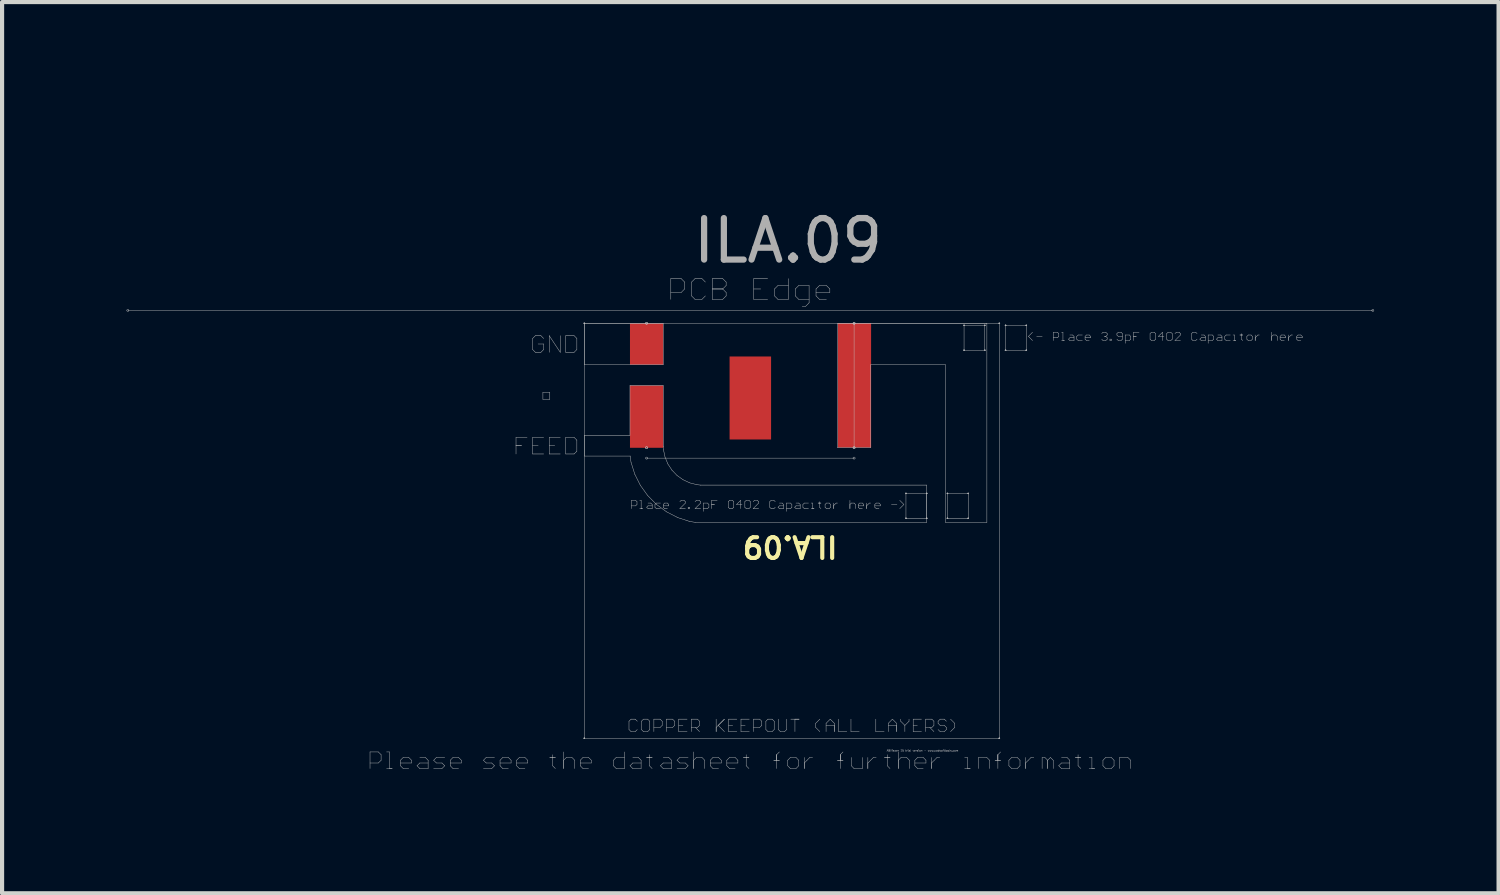
<source format=kicad_pcb>
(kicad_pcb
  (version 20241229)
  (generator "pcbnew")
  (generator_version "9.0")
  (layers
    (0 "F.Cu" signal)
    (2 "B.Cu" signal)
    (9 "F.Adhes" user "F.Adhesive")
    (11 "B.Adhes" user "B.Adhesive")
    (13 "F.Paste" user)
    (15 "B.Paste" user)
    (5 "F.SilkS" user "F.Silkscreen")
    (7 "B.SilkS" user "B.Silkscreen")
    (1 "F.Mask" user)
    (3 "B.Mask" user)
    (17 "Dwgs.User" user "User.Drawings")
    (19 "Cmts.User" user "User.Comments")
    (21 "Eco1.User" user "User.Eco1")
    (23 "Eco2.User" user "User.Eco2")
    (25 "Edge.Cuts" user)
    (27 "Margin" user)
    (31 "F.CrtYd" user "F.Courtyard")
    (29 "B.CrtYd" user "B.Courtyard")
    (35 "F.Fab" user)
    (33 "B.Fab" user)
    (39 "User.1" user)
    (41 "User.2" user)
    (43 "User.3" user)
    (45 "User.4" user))
  (footprint "ILA.09"
    (layer "F.Cu")
    (at 15.94 0.25)
    (property "Reference" "ILA.09" (at 0.05 9.87 180) (unlocked yes) (layer "F.SilkS") (effects (font (size 0.5 0.5) (thickness 0.1))))
    (attr smd)
    (fp_line (start -15.91 4.18) (end 14.09 4.18) (stroke (width 0.01) (type solid)) (layer "Dwgs.User"))
    (fp_line (start -10.074 14.819) (end -9.874 14.819) (stroke (width 0.01) (type solid)) (layer "Dwgs.User"))
    (fp_line (start -10.074 15.219) (end -10.074 14.819) (stroke (width 0.01) (type solid)) (layer "Dwgs.User"))
    (fp_line (start -9.874 14.819) (end -9.807 14.886) (stroke (width 0.01) (type solid)) (layer "Dwgs.User"))
    (fp_line (start -9.874 15.085) (end -10.074 15.085) (stroke (width 0.01) (type solid)) (layer "Dwgs.User"))
    (fp_line (start -9.807 14.886) (end -9.807 15.019) (stroke (width 0.01) (type solid)) (layer "Dwgs.User"))
    (fp_line (start -9.807 15.019) (end -9.874 15.085) (stroke (width 0.01) (type solid)) (layer "Dwgs.User"))
    (fp_line (start -9.674 15.219) (end -9.541 15.219) (stroke (width 0.01) (type solid)) (layer "Dwgs.User"))
    (fp_line (start -9.607 14.819) (end -9.674 14.819) (stroke (width 0.01) (type solid)) (layer "Dwgs.User"))
    (fp_line (start -9.607 15.219) (end -9.607 14.819) (stroke (width 0.01) (type solid)) (layer "Dwgs.User"))
    (fp_line (start -9.541 15.219) (end -9.607 15.219) (stroke (width 0.01) (type solid)) (layer "Dwgs.User"))
    (fp_line (start -9.341 15.019) (end -9.274 14.952) (stroke (width 0.01) (type solid)) (layer "Dwgs.User"))
    (fp_line (start -9.341 15.152) (end -9.341 15.019) (stroke (width 0.01) (type solid)) (layer "Dwgs.User"))
    (fp_line (start -9.274 14.952) (end -9.141 14.952) (stroke (width 0.01) (type solid)) (layer "Dwgs.User"))
    (fp_line (start -9.274 15.219) (end -9.341 15.152) (stroke (width 0.01) (type solid)) (layer "Dwgs.User"))
    (fp_line (start -9.141 14.952) (end -9.074 15.019) (stroke (width 0.01) (type solid)) (layer "Dwgs.User"))
    (fp_line (start -9.141 15.219) (end -9.274 15.219) (stroke (width 0.01) (type solid)) (layer "Dwgs.User"))
    (fp_line (start -9.074 15.019) (end -9.074 15.085) (stroke (width 0.01) (type solid)) (layer "Dwgs.User"))
    (fp_line (start -9.074 15.085) (end -9.341 15.085) (stroke (width 0.01) (type solid)) (layer "Dwgs.User"))
    (fp_line (start -8.941 15.152) (end -8.874 15.085) (stroke (width 0.01) (type solid)) (layer "Dwgs.User"))
    (fp_line (start -8.874 14.952) (end -8.741 14.952) (stroke (width 0.01) (type solid)) (layer "Dwgs.User"))
    (fp_line (start -8.874 15.085) (end -8.674 15.085) (stroke (width 0.01) (type solid)) (layer "Dwgs.User"))
    (fp_line (start -8.874 15.219) (end -8.941 15.152) (stroke (width 0.01) (type solid)) (layer "Dwgs.User"))
    (fp_line (start -8.741 14.952) (end -8.674 15.019) (stroke (width 0.01) (type solid)) (layer "Dwgs.User"))
    (fp_line (start -8.674 15.019) (end -8.674 15.219) (stroke (width 0.01) (type solid)) (layer "Dwgs.User"))
    (fp_line (start -8.674 15.219) (end -8.874 15.219) (stroke (width 0.01) (type solid)) (layer "Dwgs.User"))
    (fp_line (start -8.541 15.019) (end -8.474 14.952) (stroke (width 0.01) (type solid)) (layer "Dwgs.User"))
    (fp_line (start -8.541 15.219) (end -8.341 15.219) (stroke (width 0.01) (type solid)) (layer "Dwgs.User"))
    (fp_line (start -8.474 14.952) (end -8.274 14.952) (stroke (width 0.01) (type solid)) (layer "Dwgs.User"))
    (fp_line (start -8.474 15.085) (end -8.541 15.019) (stroke (width 0.01) (type solid)) (layer "Dwgs.User"))
    (fp_line (start -8.341 15.085) (end -8.474 15.085) (stroke (width 0.01) (type solid)) (layer "Dwgs.User"))
    (fp_line (start -8.341 15.219) (end -8.274 15.152) (stroke (width 0.01) (type solid)) (layer "Dwgs.User"))
    (fp_line (start -8.274 15.152) (end -8.341 15.085) (stroke (width 0.01) (type solid)) (layer "Dwgs.User"))
    (fp_line (start -8.141 15.019) (end -8.074 14.952) (stroke (width 0.01) (type solid)) (layer "Dwgs.User"))
    (fp_line (start -8.141 15.152) (end -8.141 15.019) (stroke (width 0.01) (type solid)) (layer "Dwgs.User"))
    (fp_line (start -8.074 14.952) (end -7.941 14.952) (stroke (width 0.01) (type solid)) (layer "Dwgs.User"))
    (fp_line (start -8.074 15.219) (end -8.141 15.152) (stroke (width 0.01) (type solid)) (layer "Dwgs.User"))
    (fp_line (start -7.941 14.952) (end -7.874 15.019) (stroke (width 0.01) (type solid)) (layer "Dwgs.User"))
    (fp_line (start -7.941 15.219) (end -8.074 15.219) (stroke (width 0.01) (type solid)) (layer "Dwgs.User"))
    (fp_line (start -7.874 15.019) (end -7.874 15.085) (stroke (width 0.01) (type solid)) (layer "Dwgs.User"))
    (fp_line (start -7.874 15.085) (end -8.141 15.085) (stroke (width 0.01) (type solid)) (layer "Dwgs.User"))
    (fp_line (start -7.341 15.019) (end -7.275 14.952) (stroke (width 0.01) (type solid)) (layer "Dwgs.User"))
    (fp_line (start -7.341 15.219) (end -7.141 15.219) (stroke (width 0.01) (type solid)) (layer "Dwgs.User"))
    (fp_line (start -7.275 14.952) (end -7.075 14.952) (stroke (width 0.01) (type solid)) (layer "Dwgs.User"))
    (fp_line (start -7.275 15.085) (end -7.341 15.019) (stroke (width 0.01) (type solid)) (layer "Dwgs.User"))
    (fp_line (start -7.141 15.085) (end -7.275 15.085) (stroke (width 0.01) (type solid)) (layer "Dwgs.User"))
    (fp_line (start -7.141 15.219) (end -7.075 15.152) (stroke (width 0.01) (type solid)) (layer "Dwgs.User"))
    (fp_line (start -7.075 15.152) (end -7.141 15.085) (stroke (width 0.01) (type solid)) (layer "Dwgs.User"))
    (fp_line (start -6.941 15.019) (end -6.875 14.952) (stroke (width 0.01) (type solid)) (layer "Dwgs.User"))
    (fp_line (start -6.941 15.152) (end -6.941 15.019) (stroke (width 0.01) (type solid)) (layer "Dwgs.User"))
    (fp_line (start -6.875 14.952) (end -6.741 14.952) (stroke (width 0.01) (type solid)) (layer "Dwgs.User"))
    (fp_line (start -6.875 15.219) (end -6.941 15.152) (stroke (width 0.01) (type solid)) (layer "Dwgs.User"))
    (fp_line (start -6.741 14.952) (end -6.675 15.019) (stroke (width 0.01) (type solid)) (layer "Dwgs.User"))
    (fp_line (start -6.741 15.219) (end -6.875 15.219) (stroke (width 0.01) (type solid)) (layer "Dwgs.User"))
    (fp_line (start -6.675 15.019) (end -6.675 15.085) (stroke (width 0.01) (type solid)) (layer "Dwgs.User"))
    (fp_line (start -6.675 15.085) (end -6.941 15.085) (stroke (width 0.01) (type solid)) (layer "Dwgs.User"))
    (fp_line (start -6.556 7.239) (end -6.556 7.439) (stroke (width 0.01) (type solid)) (layer "Dwgs.User"))
    (fp_line (start -6.556 7.439) (end -6.556 7.639) (stroke (width 0.01) (type solid)) (layer "Dwgs.User"))
    (fp_line (start -6.556 7.439) (end -6.423 7.439) (stroke (width 0.01) (type solid)) (layer "Dwgs.User"))
    (fp_line (start -6.542 15.019) (end -6.475 14.952) (stroke (width 0.01) (type solid)) (layer "Dwgs.User"))
    (fp_line (start -6.542 15.152) (end -6.542 15.019) (stroke (width 0.01) (type solid)) (layer "Dwgs.User"))
    (fp_line (start -6.475 14.952) (end -6.342 14.952) (stroke (width 0.01) (type solid)) (layer "Dwgs.User"))
    (fp_line (start -6.475 15.219) (end -6.542 15.152) (stroke (width 0.01) (type solid)) (layer "Dwgs.User"))
    (fp_line (start -6.423 7.439) (end -6.556 7.439) (stroke (width 0.01) (type solid)) (layer "Dwgs.User"))
    (fp_line (start -6.342 14.952) (end -6.275 15.019) (stroke (width 0.01) (type solid)) (layer "Dwgs.User"))
    (fp_line (start -6.342 15.219) (end -6.475 15.219) (stroke (width 0.01) (type solid)) (layer "Dwgs.User"))
    (fp_line (start -6.29 7.239) (end -6.556 7.239) (stroke (width 0.01) (type solid)) (layer "Dwgs.User"))
    (fp_line (start -6.275 15.019) (end -6.275 15.085) (stroke (width 0.01) (type solid)) (layer "Dwgs.User"))
    (fp_line (start -6.275 15.085) (end -6.542 15.085) (stroke (width 0.01) (type solid)) (layer "Dwgs.User"))
    (fp_line (start -6.156 4.856) (end -6.156 5.122) (stroke (width 0.01) (type solid)) (layer "Dwgs.User"))
    (fp_line (start -6.156 5.122) (end -6.09 5.189) (stroke (width 0.01) (type solid)) (layer "Dwgs.User"))
    (fp_line (start -6.156 7.239) (end -6.156 7.639) (stroke (width 0.01) (type solid)) (layer "Dwgs.User"))
    (fp_line (start -6.156 7.439) (end -6.023 7.439) (stroke (width 0.01) (type solid)) (layer "Dwgs.User"))
    (fp_line (start -6.156 7.639) (end -5.89 7.639) (stroke (width 0.01) (type solid)) (layer "Dwgs.User"))
    (fp_line (start -6.09 4.789) (end -6.156 4.856) (stroke (width 0.01) (type solid)) (layer "Dwgs.User"))
    (fp_line (start -6.09 5.189) (end -5.956 5.189) (stroke (width 0.01) (type solid)) (layer "Dwgs.User"))
    (fp_line (start -5.956 4.789) (end -6.09 4.789) (stroke (width 0.01) (type solid)) (layer "Dwgs.User"))
    (fp_line (start -5.956 5.189) (end -5.89 5.122) (stroke (width 0.01) (type solid)) (layer "Dwgs.User"))
    (fp_line (start -5.908 6.155) (end -5.742 6.155) (stroke (width 0.01) (type solid)) (layer "Dwgs.User"))
    (fp_line (start -5.908 6.322) (end -5.908 6.155) (stroke (width 0.01) (type solid)) (layer "Dwgs.User"))
    (fp_line (start -5.89 4.856) (end -5.956 4.789) (stroke (width 0.01) (type solid)) (layer "Dwgs.User"))
    (fp_line (start -5.89 4.989) (end -6.023 4.989) (stroke (width 0.01) (type solid)) (layer "Dwgs.User"))
    (fp_line (start -5.89 5.122) (end -5.89 4.989) (stroke (width 0.01) (type solid)) (layer "Dwgs.User"))
    (fp_line (start -5.89 7.239) (end -6.156 7.239) (stroke (width 0.01) (type solid)) (layer "Dwgs.User"))
    (fp_line (start -5.756 4.789) (end -5.49 5.189) (stroke (width 0.01) (type solid)) (layer "Dwgs.User"))
    (fp_line (start -5.756 5.189) (end -5.756 4.789) (stroke (width 0.01) (type solid)) (layer "Dwgs.User"))
    (fp_line (start -5.756 7.239) (end -5.756 7.639) (stroke (width 0.01) (type solid)) (layer "Dwgs.User"))
    (fp_line (start -5.756 7.439) (end -5.623 7.439) (stroke (width 0.01) (type solid)) (layer "Dwgs.User"))
    (fp_line (start -5.756 7.639) (end -5.49 7.639) (stroke (width 0.01) (type solid)) (layer "Dwgs.User"))
    (fp_line (start -5.742 6.155) (end -5.742 6.322) (stroke (width 0.01) (type solid)) (layer "Dwgs.User"))
    (fp_line (start -5.742 6.322) (end -5.908 6.322) (stroke (width 0.01) (type solid)) (layer "Dwgs.User"))
    (fp_line (start -5.742 14.952) (end -5.608 14.952) (stroke (width 0.01) (type solid)) (layer "Dwgs.User"))
    (fp_line (start -5.675 14.886) (end -5.675 14.952) (stroke (width 0.01) (type solid)) (layer "Dwgs.User"))
    (fp_line (start -5.675 14.952) (end -5.742 14.952) (stroke (width 0.01) (type solid)) (layer "Dwgs.User"))
    (fp_line (start -5.675 14.952) (end -5.675 15.152) (stroke (width 0.01) (type solid)) (layer "Dwgs.User"))
    (fp_line (start -5.675 15.152) (end -5.608 15.219) (stroke (width 0.01) (type solid)) (layer "Dwgs.User"))
    (fp_line (start -5.608 14.952) (end -5.675 14.952) (stroke (width 0.01) (type solid)) (layer "Dwgs.User"))
    (fp_line (start -5.49 5.189) (end -5.49 4.789) (stroke (width 0.01) (type solid)) (layer "Dwgs.User"))
    (fp_line (start -5.49 7.239) (end -5.756 7.239) (stroke (width 0.01) (type solid)) (layer "Dwgs.User"))
    (fp_line (start -5.409 14.819) (end -5.409 15.219) (stroke (width 0.01) (type solid)) (layer "Dwgs.User"))
    (fp_line (start -5.409 15.019) (end -5.342 14.952) (stroke (width 0.01) (type solid)) (layer "Dwgs.User"))
    (fp_line (start -5.409 15.219) (end -5.409 15.019) (stroke (width 0.01) (type solid)) (layer "Dwgs.User"))
    (fp_line (start -5.357 4.789) (end -5.357 5.189) (stroke (width 0.01) (type solid)) (layer "Dwgs.User"))
    (fp_line (start -5.357 5.189) (end -5.157 5.189) (stroke (width 0.01) (type solid)) (layer "Dwgs.User"))
    (fp_line (start -5.357 7.239) (end -5.357 7.639) (stroke (width 0.01) (type solid)) (layer "Dwgs.User"))
    (fp_line (start -5.357 7.639) (end -5.157 7.639) (stroke (width 0.01) (type solid)) (layer "Dwgs.User"))
    (fp_line (start -5.342 14.952) (end -5.209 14.952) (stroke (width 0.01) (type solid)) (layer "Dwgs.User"))
    (fp_line (start -5.209 14.952) (end -5.142 15.019) (stroke (width 0.01) (type solid)) (layer "Dwgs.User"))
    (fp_line (start -5.157 4.789) (end -5.357 4.789) (stroke (width 0.01) (type solid)) (layer "Dwgs.User"))
    (fp_line (start -5.157 5.189) (end -5.09 5.122) (stroke (width 0.01) (type solid)) (layer "Dwgs.User"))
    (fp_line (start -5.157 7.239) (end -5.357 7.239) (stroke (width 0.01) (type solid)) (layer "Dwgs.User"))
    (fp_line (start -5.157 7.639) (end -5.09 7.572) (stroke (width 0.01) (type solid)) (layer "Dwgs.User"))
    (fp_line (start -5.142 15.019) (end -5.142 15.219) (stroke (width 0.01) (type solid)) (layer "Dwgs.User"))
    (fp_line (start -5.09 4.856) (end -5.157 4.789) (stroke (width 0.01) (type solid)) (layer "Dwgs.User"))
    (fp_line (start -5.09 5.122) (end -5.09 4.856) (stroke (width 0.01) (type solid)) (layer "Dwgs.User"))
    (fp_line (start -5.09 7.306) (end -5.157 7.239) (stroke (width 0.01) (type solid)) (layer "Dwgs.User"))
    (fp_line (start -5.09 7.572) (end -5.09 7.306) (stroke (width 0.01) (type solid)) (layer "Dwgs.User"))
    (fp_line (start -5.009 15.019) (end -4.942 14.952) (stroke (width 0.01) (type solid)) (layer "Dwgs.User"))
    (fp_line (start -5.009 15.152) (end -5.009 15.019) (stroke (width 0.01) (type solid)) (layer "Dwgs.User"))
    (fp_line (start -4.942 14.952) (end -4.809 14.952) (stroke (width 0.01) (type solid)) (layer "Dwgs.User"))
    (fp_line (start -4.942 15.219) (end -5.009 15.152) (stroke (width 0.01) (type solid)) (layer "Dwgs.User"))
    (fp_line (start -4.91 4.489) (end -3.01 4.489) (stroke (width 0.01) (type solid)) (layer "Dwgs.User"))
    (fp_line (start -4.91 4.489) (end 5.09 4.489) (stroke (width 0.01) (type solid)) (layer "Dwgs.User"))
    (fp_line (start -4.91 5.489) (end -4.91 4.489) (stroke (width 0.01) (type solid)) (layer "Dwgs.User"))
    (fp_line (start -4.91 7.189) (end -3.81 7.189) (stroke (width 0.01) (type solid)) (layer "Dwgs.User"))
    (fp_line (start -4.91 7.689) (end -4.91 7.189) (stroke (width 0.01) (type solid)) (layer "Dwgs.User"))
    (fp_line (start -4.91 14.489) (end -4.91 4.489) (stroke (width 0.01) (type solid)) (layer "Dwgs.User"))
    (fp_line (start -4.91 14.489) (end 5.09 14.489) (stroke (width 0.01) (type solid)) (layer "Dwgs.User"))
    (fp_line (start -4.809 14.952) (end -4.742 15.019) (stroke (width 0.01) (type solid)) (layer "Dwgs.User"))
    (fp_line (start -4.809 15.219) (end -4.942 15.219) (stroke (width 0.01) (type solid)) (layer "Dwgs.User"))
    (fp_line (start -4.742 15.019) (end -4.742 15.085) (stroke (width 0.01) (type solid)) (layer "Dwgs.User"))
    (fp_line (start -4.742 15.085) (end -5.009 15.085) (stroke (width 0.01) (type solid)) (layer "Dwgs.User"))
    (fp_line (start -4.209 15.019) (end -4.142 14.952) (stroke (width 0.01) (type solid)) (layer "Dwgs.User"))
    (fp_line (start -4.209 15.152) (end -4.209 15.019) (stroke (width 0.01) (type solid)) (layer "Dwgs.User"))
    (fp_line (start -4.142 14.952) (end -3.942 14.952) (stroke (width 0.01) (type solid)) (layer "Dwgs.User"))
    (fp_line (start -4.142 15.219) (end -4.209 15.152) (stroke (width 0.01) (type solid)) (layer "Dwgs.User"))
    (fp_line (start -3.942 14.819) (end -3.942 15.219) (stroke (width 0.01) (type solid)) (layer "Dwgs.User"))
    (fp_line (start -3.942 15.219) (end -4.142 15.219) (stroke (width 0.01) (type solid)) (layer "Dwgs.User"))
    (fp_line (start -3.834 14.079) (end -3.834 14.279) (stroke (width 0.01) (type solid)) (layer "Dwgs.User"))
    (fp_line (start -3.834 14.279) (end -3.784 14.329) (stroke (width 0.01) (type solid)) (layer "Dwgs.User"))
    (fp_line (start -3.81 5.989) (end -3.009 5.989) (stroke (width 0.01) (type solid)) (layer "Dwgs.User"))
    (fp_line (start -3.81 7.189) (end -3.81 5.989) (stroke (width 0.01) (type solid)) (layer "Dwgs.User"))
    (fp_line (start -3.809 15.152) (end -3.742 15.085) (stroke (width 0.01) (type solid)) (layer "Dwgs.User"))
    (fp_line (start -3.807 7.689) (end -4.91 7.689) (stroke (width 0.01) (type solid)) (layer "Dwgs.User"))
    (fp_line (start -3.807 7.689) (end -3.807 7.689) (stroke (width 0.01) (type solid)) (layer "Dwgs.User"))
    (fp_line (start -3.785 7.838) (end -3.807 7.689) (stroke (width 0.01) (type solid)) (layer "Dwgs.User"))
    (fp_line (start -3.784 14.029) (end -3.834 14.079) (stroke (width 0.01) (type solid)) (layer "Dwgs.User"))
    (fp_line (start -3.784 14.329) (end -3.684 14.329) (stroke (width 0.01) (type solid)) (layer "Dwgs.User"))
    (fp_line (start -3.775 8.756) (end -3.675 8.756) (stroke (width 0.01) (type solid)) (layer "Dwgs.User"))
    (fp_line (start -3.775 8.956) (end -3.775 8.756) (stroke (width 0.01) (type solid)) (layer "Dwgs.User"))
    (fp_line (start -3.742 14.952) (end -3.609 14.952) (stroke (width 0.01) (type solid)) (layer "Dwgs.User"))
    (fp_line (start -3.742 15.085) (end -3.542 15.085) (stroke (width 0.01) (type solid)) (layer "Dwgs.User"))
    (fp_line (start -3.742 15.219) (end -3.809 15.152) (stroke (width 0.01) (type solid)) (layer "Dwgs.User"))
    (fp_line (start -3.694 8.126) (end -3.785 7.838) (stroke (width 0.01) (type solid)) (layer "Dwgs.User"))
    (fp_line (start -3.684 14.029) (end -3.784 14.029) (stroke (width 0.01) (type solid)) (layer "Dwgs.User"))
    (fp_line (start -3.684 14.329) (end -3.634 14.279) (stroke (width 0.01) (type solid)) (layer "Dwgs.User"))
    (fp_line (start -3.675 8.756) (end -3.641 8.789) (stroke (width 0.01) (type solid)) (layer "Dwgs.User"))
    (fp_line (start -3.675 8.889) (end -3.775 8.889) (stroke (width 0.01) (type solid)) (layer "Dwgs.User"))
    (fp_line (start -3.641 8.789) (end -3.641 8.856) (stroke (width 0.01) (type solid)) (layer "Dwgs.User"))
    (fp_line (start -3.641 8.856) (end -3.675 8.889) (stroke (width 0.01) (type solid)) (layer "Dwgs.User"))
    (fp_line (start -3.634 14.079) (end -3.684 14.029) (stroke (width 0.01) (type solid)) (layer "Dwgs.User"))
    (fp_line (start -3.609 14.952) (end -3.542 15.019) (stroke (width 0.01) (type solid)) (layer "Dwgs.User"))
    (fp_line (start -3.575 8.956) (end -3.508 8.956) (stroke (width 0.01) (type solid)) (layer "Dwgs.User"))
    (fp_line (start -3.559 8.396) (end -3.694 8.126) (stroke (width 0.01) (type solid)) (layer "Dwgs.User"))
    (fp_line (start -3.542 15.019) (end -3.542 15.219) (stroke (width 0.01) (type solid)) (layer "Dwgs.User"))
    (fp_line (start -3.542 15.219) (end -3.742 15.219) (stroke (width 0.01) (type solid)) (layer "Dwgs.User"))
    (fp_line (start -3.541 8.756) (end -3.575 8.756) (stroke (width 0.01) (type solid)) (layer "Dwgs.User"))
    (fp_line (start -3.541 8.956) (end -3.541 8.756) (stroke (width 0.01) (type solid)) (layer "Dwgs.User"))
    (fp_line (start -3.534 14.079) (end -3.534 14.279) (stroke (width 0.01) (type solid)) (layer "Dwgs.User"))
    (fp_line (start -3.534 14.279) (end -3.484 14.329) (stroke (width 0.01) (type solid)) (layer "Dwgs.User"))
    (fp_line (start -3.508 8.956) (end -3.541 8.956) (stroke (width 0.01) (type solid)) (layer "Dwgs.User"))
    (fp_line (start -3.484 14.029) (end -3.534 14.079) (stroke (width 0.01) (type solid)) (layer "Dwgs.User"))
    (fp_line (start -3.484 14.329) (end -3.384 14.329) (stroke (width 0.01) (type solid)) (layer "Dwgs.User"))
    (fp_line (start -3.41 7.739) (end 1.59 7.739) (stroke (width 0.01) (type solid)) (layer "Dwgs.User"))
    (fp_line (start -3.409 14.952) (end -3.276 14.952) (stroke (width 0.01) (type solid)) (layer "Dwgs.User"))
    (fp_line (start -3.408 8.922) (end -3.375 8.889) (stroke (width 0.01) (type solid)) (layer "Dwgs.User"))
    (fp_line (start -3.384 14.029) (end -3.484 14.029) (stroke (width 0.01) (type solid)) (layer "Dwgs.User"))
    (fp_line (start -3.384 14.329) (end -3.334 14.279) (stroke (width 0.01) (type solid)) (layer "Dwgs.User"))
    (fp_line (start -3.383 8.641) (end -3.559 8.396) (stroke (width 0.01) (type solid)) (layer "Dwgs.User"))
    (fp_line (start -3.375 8.822) (end -3.308 8.822) (stroke (width 0.01) (type solid)) (layer "Dwgs.User"))
    (fp_line (start -3.375 8.889) (end -3.275 8.889) (stroke (width 0.01) (type solid)) (layer "Dwgs.User"))
    (fp_line (start -3.375 8.956) (end -3.408 8.922) (stroke (width 0.01) (type solid)) (layer "Dwgs.User"))
    (fp_line (start -3.343 14.886) (end -3.343 14.952) (stroke (width 0.01) (type solid)) (layer "Dwgs.User"))
    (fp_line (start -3.343 14.952) (end -3.409 14.952) (stroke (width 0.01) (type solid)) (layer "Dwgs.User"))
    (fp_line (start -3.343 14.952) (end -3.343 15.152) (stroke (width 0.01) (type solid)) (layer "Dwgs.User"))
    (fp_line (start -3.343 15.152) (end -3.276 15.219) (stroke (width 0.01) (type solid)) (layer "Dwgs.User"))
    (fp_line (start -3.334 14.079) (end -3.384 14.029) (stroke (width 0.01) (type solid)) (layer "Dwgs.User"))
    (fp_line (start -3.334 14.279) (end -3.334 14.079) (stroke (width 0.01) (type solid)) (layer "Dwgs.User"))
    (fp_line (start -3.308 8.822) (end -3.275 8.856) (stroke (width 0.01) (type solid)) (layer "Dwgs.User"))
    (fp_line (start -3.276 14.952) (end -3.343 14.952) (stroke (width 0.01) (type solid)) (layer "Dwgs.User"))
    (fp_line (start -3.275 8.856) (end -3.275 8.956) (stroke (width 0.01) (type solid)) (layer "Dwgs.User"))
    (fp_line (start -3.275 8.956) (end -3.375 8.956) (stroke (width 0.01) (type solid)) (layer "Dwgs.User"))
    (fp_line (start -3.234 14.029) (end -3.084 14.029) (stroke (width 0.01) (type solid)) (layer "Dwgs.User"))
    (fp_line (start -3.234 14.329) (end -3.234 14.029) (stroke (width 0.01) (type solid)) (layer "Dwgs.User"))
    (fp_line (start -3.208 8.856) (end -3.208 8.922) (stroke (width 0.01) (type solid)) (layer "Dwgs.User"))
    (fp_line (start -3.208 8.922) (end -3.175 8.956) (stroke (width 0.01) (type solid)) (layer "Dwgs.User"))
    (fp_line (start -3.175 8.822) (end -3.208 8.856) (stroke (width 0.01) (type solid)) (layer "Dwgs.User"))
    (fp_line (start -3.175 8.956) (end -3.075 8.956) (stroke (width 0.01) (type solid)) (layer "Dwgs.User"))
    (fp_line (start -3.171 8.856) (end -3.383 8.641) (stroke (width 0.01) (type solid)) (layer "Dwgs.User"))
    (fp_line (start -3.084 14.029) (end -3.034 14.079) (stroke (width 0.01) (type solid)) (layer "Dwgs.User"))
    (fp_line (start -3.084 14.229) (end -3.234 14.229) (stroke (width 0.01) (type solid)) (layer "Dwgs.User"))
    (fp_line (start -3.076 15.152) (end -3.009 15.085) (stroke (width 0.01) (type solid)) (layer "Dwgs.User"))
    (fp_line (start -3.075 8.822) (end -3.175 8.822) (stroke (width 0.01) (type solid)) (layer "Dwgs.User"))
    (fp_line (start -3.034 14.079) (end -3.034 14.179) (stroke (width 0.01) (type solid)) (layer "Dwgs.User"))
    (fp_line (start -3.034 14.179) (end -3.084 14.229) (stroke (width 0.01) (type solid)) (layer "Dwgs.User"))
    (fp_line (start -3.01 4.489) (end -3.01 5.489) (stroke (width 0.01) (type solid)) (layer "Dwgs.User"))
    (fp_line (start -3.01 5.489) (end -4.91 5.489) (stroke (width 0.01) (type solid)) (layer "Dwgs.User"))
    (fp_line (start -3.009 14.952) (end -2.876 14.952) (stroke (width 0.01) (type solid)) (layer "Dwgs.User"))
    (fp_line (start -3.009 15.085) (end -2.809 15.085) (stroke (width 0.01) (type solid)) (layer "Dwgs.User"))
    (fp_line (start -3.009 15.219) (end -3.076 15.152) (stroke (width 0.01) (type solid)) (layer "Dwgs.User"))
    (fp_line (start -3.009 5.989) (end -3.009 7.451) (stroke (width 0.01) (type solid)) (layer "Dwgs.User"))
    (fp_line (start -3.009 7.451) (end -3.008 7.451) (stroke (width 0.01) (type solid)) (layer "Dwgs.User"))
    (fp_line (start -3.008 8.856) (end -2.975 8.822) (stroke (width 0.01) (type solid)) (layer "Dwgs.User"))
    (fp_line (start -3.008 8.922) (end -3.008 8.856) (stroke (width 0.01) (type solid)) (layer "Dwgs.User"))
    (fp_line (start -3.008 7.451) (end -3.002 7.54) (stroke (width 0.01) (type solid)) (layer "Dwgs.User"))
    (fp_line (start -3.002 7.54) (end -2.965 7.715) (stroke (width 0.01) (type solid)) (layer "Dwgs.User"))
    (fp_line (start -2.975 8.822) (end -2.908 8.822) (stroke (width 0.01) (type solid)) (layer "Dwgs.User"))
    (fp_line (start -2.975 8.956) (end -3.008 8.922) (stroke (width 0.01) (type solid)) (layer "Dwgs.User"))
    (fp_line (start -2.965 7.715) (end -2.897 7.879) (stroke (width 0.01) (type solid)) (layer "Dwgs.User"))
    (fp_line (start -2.934 14.029) (end -2.784 14.029) (stroke (width 0.01) (type solid)) (layer "Dwgs.User"))
    (fp_line (start -2.934 14.329) (end -2.934 14.029) (stroke (width 0.01) (type solid)) (layer "Dwgs.User"))
    (fp_line (start -2.927 9.034) (end -3.171 8.856) (stroke (width 0.01) (type solid)) (layer "Dwgs.User"))
    (fp_line (start -2.908 8.822) (end -2.875 8.856) (stroke (width 0.01) (type solid)) (layer "Dwgs.User"))
    (fp_line (start -2.908 8.956) (end -2.975 8.956) (stroke (width 0.01) (type solid)) (layer "Dwgs.User"))
    (fp_line (start -2.897 7.879) (end -2.799 8.028) (stroke (width 0.01) (type solid)) (layer "Dwgs.User"))
    (fp_line (start -2.876 14.952) (end -2.809 15.019) (stroke (width 0.01) (type solid)) (layer "Dwgs.User"))
    (fp_line (start -2.875 8.856) (end -2.875 8.889) (stroke (width 0.01) (type solid)) (layer "Dwgs.User"))
    (fp_line (start -2.875 8.889) (end -3.008 8.889) (stroke (width 0.01) (type solid)) (layer "Dwgs.User"))
    (fp_line (start -2.826 3.414) (end -2.576 3.414) (stroke (width 0.01) (type solid)) (layer "Dwgs.User"))
    (fp_line (start -2.826 3.913) (end -2.826 3.414) (stroke (width 0.01) (type solid)) (layer "Dwgs.User"))
    (fp_line (start -2.809 15.019) (end -2.809 15.219) (stroke (width 0.01) (type solid)) (layer "Dwgs.User"))
    (fp_line (start -2.809 15.219) (end -3.009 15.219) (stroke (width 0.01) (type solid)) (layer "Dwgs.User"))
    (fp_line (start -2.799 8.028) (end -2.676 8.157) (stroke (width 0.01) (type solid)) (layer "Dwgs.User"))
    (fp_line (start -2.784 14.029) (end -2.734 14.079) (stroke (width 0.01) (type solid)) (layer "Dwgs.User"))
    (fp_line (start -2.784 14.229) (end -2.934 14.229) (stroke (width 0.01) (type solid)) (layer "Dwgs.User"))
    (fp_line (start -2.734 14.079) (end -2.734 14.179) (stroke (width 0.01) (type solid)) (layer "Dwgs.User"))
    (fp_line (start -2.734 14.179) (end -2.784 14.229) (stroke (width 0.01) (type solid)) (layer "Dwgs.User"))
    (fp_line (start -2.676 8.157) (end -2.531 8.26) (stroke (width 0.01) (type solid)) (layer "Dwgs.User"))
    (fp_line (start -2.676 15.019) (end -2.609 14.952) (stroke (width 0.01) (type solid)) (layer "Dwgs.User"))
    (fp_line (start -2.676 15.219) (end -2.476 15.219) (stroke (width 0.01) (type solid)) (layer "Dwgs.User"))
    (fp_line (start -2.659 9.172) (end -2.927 9.034) (stroke (width 0.01) (type solid)) (layer "Dwgs.User"))
    (fp_line (start -2.634 14.029) (end -2.634 14.329) (stroke (width 0.01) (type solid)) (layer "Dwgs.User"))
    (fp_line (start -2.634 14.179) (end -2.534 14.179) (stroke (width 0.01) (type solid)) (layer "Dwgs.User"))
    (fp_line (start -2.634 14.329) (end -2.434 14.329) (stroke (width 0.01) (type solid)) (layer "Dwgs.User"))
    (fp_line (start -2.609 14.952) (end -2.41 14.952) (stroke (width 0.01) (type solid)) (layer "Dwgs.User"))
    (fp_line (start -2.609 15.085) (end -2.676 15.019) (stroke (width 0.01) (type solid)) (layer "Dwgs.User"))
    (fp_line (start -2.608 8.956) (end -2.475 8.822) (stroke (width 0.01) (type solid)) (layer "Dwgs.User"))
    (fp_line (start -2.576 3.414) (end -2.493 3.497) (stroke (width 0.01) (type solid)) (layer "Dwgs.User"))
    (fp_line (start -2.576 3.747) (end -2.826 3.747) (stroke (width 0.01) (type solid)) (layer "Dwgs.User"))
    (fp_line (start -2.575 8.756) (end -2.608 8.789) (stroke (width 0.01) (type solid)) (layer "Dwgs.User"))
    (fp_line (start -2.531 8.26) (end -2.37 8.335) (stroke (width 0.01) (type solid)) (layer "Dwgs.User"))
    (fp_line (start -2.508 8.756) (end -2.575 8.756) (stroke (width 0.01) (type solid)) (layer "Dwgs.User"))
    (fp_line (start -2.493 3.497) (end -2.493 3.663) (stroke (width 0.01) (type solid)) (layer "Dwgs.User"))
    (fp_line (start -2.493 3.663) (end -2.576 3.747) (stroke (width 0.01) (type solid)) (layer "Dwgs.User"))
    (fp_line (start -2.476 15.085) (end -2.609 15.085) (stroke (width 0.01) (type solid)) (layer "Dwgs.User"))
    (fp_line (start -2.476 15.219) (end -2.41 15.152) (stroke (width 0.01) (type solid)) (layer "Dwgs.User"))
    (fp_line (start -2.475 8.789) (end -2.508 8.756) (stroke (width 0.01) (type solid)) (layer "Dwgs.User"))
    (fp_line (start -2.475 8.822) (end -2.475 8.789) (stroke (width 0.01) (type solid)) (layer "Dwgs.User"))
    (fp_line (start -2.475 8.956) (end -2.608 8.956) (stroke (width 0.01) (type solid)) (layer "Dwgs.User"))
    (fp_line (start -2.434 14.029) (end -2.634 14.029) (stroke (width 0.01) (type solid)) (layer "Dwgs.User"))
    (fp_line (start -2.41 15.152) (end -2.476 15.085) (stroke (width 0.01) (type solid)) (layer "Dwgs.User"))
    (fp_line (start -2.408 8.922) (end -2.375 8.922) (stroke (width 0.01) (type solid)) (layer "Dwgs.User"))
    (fp_line (start -2.408 8.956) (end -2.408 8.922) (stroke (width 0.01) (type solid)) (layer "Dwgs.User"))
    (fp_line (start -2.375 8.922) (end -2.375 8.956) (stroke (width 0.01) (type solid)) (layer "Dwgs.User"))
    (fp_line (start -2.375 8.956) (end -2.408 8.956) (stroke (width 0.01) (type solid)) (layer "Dwgs.User"))
    (fp_line (start -2.372 9.265) (end -2.659 9.172) (stroke (width 0.01) (type solid)) (layer "Dwgs.User"))
    (fp_line (start -2.37 8.335) (end -2.197 8.379) (stroke (width 0.01) (type solid)) (layer "Dwgs.User"))
    (fp_line (start -2.334 14.029) (end -2.184 14.029) (stroke (width 0.01) (type solid)) (layer "Dwgs.User"))
    (fp_line (start -2.334 14.329) (end -2.334 14.029) (stroke (width 0.01) (type solid)) (layer "Dwgs.User"))
    (fp_line (start -2.326 3.497) (end -2.326 3.83) (stroke (width 0.01) (type solid)) (layer "Dwgs.User"))
    (fp_line (start -2.326 3.83) (end -2.243 3.913) (stroke (width 0.01) (type solid)) (layer "Dwgs.User"))
    (fp_line (start -2.276 14.819) (end -2.276 15.219) (stroke (width 0.01) (type solid)) (layer "Dwgs.User"))
    (fp_line (start -2.276 15.019) (end -2.21 14.952) (stroke (width 0.01) (type solid)) (layer "Dwgs.User"))
    (fp_line (start -2.276 15.219) (end -2.276 15.019) (stroke (width 0.01) (type solid)) (layer "Dwgs.User"))
    (fp_line (start -2.243 3.414) (end -2.326 3.497) (stroke (width 0.01) (type solid)) (layer "Dwgs.User"))
    (fp_line (start -2.243 3.913) (end -2.076 3.913) (stroke (width 0.01) (type solid)) (layer "Dwgs.User"))
    (fp_line (start -2.242 8.956) (end -2.108 8.822) (stroke (width 0.01) (type solid)) (layer "Dwgs.User"))
    (fp_line (start -2.234 14.229) (end -2.134 14.329) (stroke (width 0.01) (type solid)) (layer "Dwgs.User"))
    (fp_line (start -2.223 9.289) (end -2.372 9.265) (stroke (width 0.01) (type solid)) (layer "Dwgs.User"))
    (fp_line (start -2.21 14.952) (end -2.076 14.952) (stroke (width 0.01) (type solid)) (layer "Dwgs.User"))
    (fp_line (start -2.208 8.756) (end -2.242 8.789) (stroke (width 0.01) (type solid)) (layer "Dwgs.User"))
    (fp_line (start -2.197 8.379) (end -2.109 8.389) (stroke (width 0.01) (type solid)) (layer "Dwgs.User"))
    (fp_line (start -2.184 14.029) (end -2.134 14.079) (stroke (width 0.01) (type solid)) (layer "Dwgs.User"))
    (fp_line (start -2.184 14.229) (end -2.334 14.229) (stroke (width 0.01) (type solid)) (layer "Dwgs.User"))
    (fp_line (start -2.142 8.756) (end -2.208 8.756) (stroke (width 0.01) (type solid)) (layer "Dwgs.User"))
    (fp_line (start -2.134 14.079) (end -2.134 14.179) (stroke (width 0.01) (type solid)) (layer "Dwgs.User"))
    (fp_line (start -2.134 14.179) (end -2.184 14.229) (stroke (width 0.01) (type solid)) (layer "Dwgs.User"))
    (fp_line (start -2.109 8.389) (end -2.109 8.389) (stroke (width 0.01) (type solid)) (layer "Dwgs.User"))
    (fp_line (start -2.109 8.389) (end 3.34 8.389) (stroke (width 0.01) (type solid)) (layer "Dwgs.User"))
    (fp_line (start -2.108 8.789) (end -2.142 8.756) (stroke (width 0.01) (type solid)) (layer "Dwgs.User"))
    (fp_line (start -2.108 8.822) (end -2.108 8.789) (stroke (width 0.01) (type solid)) (layer "Dwgs.User"))
    (fp_line (start -2.108 8.956) (end -2.242 8.956) (stroke (width 0.01) (type solid)) (layer "Dwgs.User"))
    (fp_line (start -2.076 14.952) (end -2.01 15.019) (stroke (width 0.01) (type solid)) (layer "Dwgs.User"))
    (fp_line (start -2.076 3.414) (end -2.243 3.414) (stroke (width 0.01) (type solid)) (layer "Dwgs.User"))
    (fp_line (start -2.076 3.913) (end -1.993 3.83) (stroke (width 0.01) (type solid)) (layer "Dwgs.User"))
    (fp_line (start -2.042 8.822) (end -1.942 8.822) (stroke (width 0.01) (type solid)) (layer "Dwgs.User"))
    (fp_line (start -2.042 9.022) (end -2.042 8.822) (stroke (width 0.01) (type solid)) (layer "Dwgs.User"))
    (fp_line (start -2.01 15.019) (end -2.01 15.219) (stroke (width 0.01) (type solid)) (layer "Dwgs.User"))
    (fp_line (start -1.993 3.497) (end -2.076 3.414) (stroke (width 0.01) (type solid)) (layer "Dwgs.User"))
    (fp_line (start -1.942 8.822) (end -1.908 8.856) (stroke (width 0.01) (type solid)) (layer "Dwgs.User"))
    (fp_line (start -1.942 8.956) (end -2.042 8.956) (stroke (width 0.01) (type solid)) (layer "Dwgs.User"))
    (fp_line (start -1.908 8.856) (end -1.908 8.922) (stroke (width 0.01) (type solid)) (layer "Dwgs.User"))
    (fp_line (start -1.908 8.922) (end -1.942 8.956) (stroke (width 0.01) (type solid)) (layer "Dwgs.User"))
    (fp_line (start -1.876 15.019) (end -1.81 14.952) (stroke (width 0.01) (type solid)) (layer "Dwgs.User"))
    (fp_line (start -1.876 15.152) (end -1.876 15.019) (stroke (width 0.01) (type solid)) (layer "Dwgs.User"))
    (fp_line (start -1.842 8.756) (end -1.842 8.856) (stroke (width 0.01) (type solid)) (layer "Dwgs.User"))
    (fp_line (start -1.842 8.856) (end -1.842 8.956) (stroke (width 0.01) (type solid)) (layer "Dwgs.User"))
    (fp_line (start -1.842 8.856) (end -1.775 8.856) (stroke (width 0.01) (type solid)) (layer "Dwgs.User"))
    (fp_line (start -1.826 3.414) (end -1.826 3.913) (stroke (width 0.01) (type solid)) (layer "Dwgs.User"))
    (fp_line (start -1.826 3.663) (end -1.576 3.663) (stroke (width 0.01) (type solid)) (layer "Dwgs.User"))
    (fp_line (start -1.826 3.913) (end -1.576 3.913) (stroke (width 0.01) (type solid)) (layer "Dwgs.User"))
    (fp_line (start -1.81 14.952) (end -1.676 14.952) (stroke (width 0.01) (type solid)) (layer "Dwgs.User"))
    (fp_line (start -1.81 15.219) (end -1.876 15.152) (stroke (width 0.01) (type solid)) (layer "Dwgs.User"))
    (fp_line (start -1.775 8.856) (end -1.842 8.856) (stroke (width 0.01) (type solid)) (layer "Dwgs.User"))
    (fp_line (start -1.734 14.029) (end -1.734 14.329) (stroke (width 0.01) (type solid)) (layer "Dwgs.User"))
    (fp_line (start -1.734 14.229) (end -1.534 14.029) (stroke (width 0.01) (type solid)) (layer "Dwgs.User"))
    (fp_line (start -1.734 14.329) (end -1.734 14.229) (stroke (width 0.01) (type solid)) (layer "Dwgs.User"))
    (fp_line (start -1.709 8.756) (end -1.842 8.756) (stroke (width 0.01) (type solid)) (layer "Dwgs.User"))
    (fp_line (start -1.684 14.179) (end -1.534 14.329) (stroke (width 0.01) (type solid)) (layer "Dwgs.User"))
    (fp_line (start -1.676 14.952) (end -1.61 15.019) (stroke (width 0.01) (type solid)) (layer "Dwgs.User"))
    (fp_line (start -1.676 15.219) (end -1.81 15.219) (stroke (width 0.01) (type solid)) (layer "Dwgs.User"))
    (fp_line (start -1.61 15.019) (end -1.61 15.085) (stroke (width 0.01) (type solid)) (layer "Dwgs.User"))
    (fp_line (start -1.61 15.085) (end -1.876 15.085) (stroke (width 0.01) (type solid)) (layer "Dwgs.User"))
    (fp_line (start -1.576 3.414) (end -1.826 3.414) (stroke (width 0.01) (type solid)) (layer "Dwgs.User"))
    (fp_line (start -1.576 3.663) (end -1.826 3.663) (stroke (width 0.01) (type solid)) (layer "Dwgs.User"))
    (fp_line (start -1.576 3.663) (end -1.493 3.58) (stroke (width 0.01) (type solid)) (layer "Dwgs.User"))
    (fp_line (start -1.576 3.913) (end -1.493 3.83) (stroke (width 0.01) (type solid)) (layer "Dwgs.User"))
    (fp_line (start -1.534 14.029) (end -1.684 14.179) (stroke (width 0.01) (type solid)) (layer "Dwgs.User"))
    (fp_line (start -1.493 3.497) (end -1.576 3.414) (stroke (width 0.01) (type solid)) (layer "Dwgs.User"))
    (fp_line (start -1.493 3.58) (end -1.493 3.497) (stroke (width 0.01) (type solid)) (layer "Dwgs.User"))
    (fp_line (start -1.493 3.747) (end -1.576 3.663) (stroke (width 0.01) (type solid)) (layer "Dwgs.User"))
    (fp_line (start -1.493 3.83) (end -1.493 3.747) (stroke (width 0.01) (type solid)) (layer "Dwgs.User"))
    (fp_line (start -1.476 15.019) (end -1.41 14.952) (stroke (width 0.01) (type solid)) (layer "Dwgs.User"))
    (fp_line (start -1.476 15.152) (end -1.476 15.019) (stroke (width 0.01) (type solid)) (layer "Dwgs.User"))
    (fp_line (start -1.442 8.789) (end -1.409 8.756) (stroke (width 0.01) (type solid)) (layer "Dwgs.User"))
    (fp_line (start -1.442 8.922) (end -1.442 8.789) (stroke (width 0.01) (type solid)) (layer "Dwgs.User"))
    (fp_line (start -1.435 14.029) (end -1.435 14.329) (stroke (width 0.01) (type solid)) (layer "Dwgs.User"))
    (fp_line (start -1.435 14.179) (end -1.335 14.179) (stroke (width 0.01) (type solid)) (layer "Dwgs.User"))
    (fp_line (start -1.435 14.329) (end -1.235 14.329) (stroke (width 0.01) (type solid)) (layer "Dwgs.User"))
    (fp_line (start -1.41 14.952) (end -1.277 14.952) (stroke (width 0.01) (type solid)) (layer "Dwgs.User"))
    (fp_line (start -1.41 15.219) (end -1.476 15.152) (stroke (width 0.01) (type solid)) (layer "Dwgs.User"))
    (fp_line (start -1.409 8.756) (end -1.342 8.756) (stroke (width 0.01) (type solid)) (layer "Dwgs.User"))
    (fp_line (start -1.409 8.956) (end -1.442 8.922) (stroke (width 0.01) (type solid)) (layer "Dwgs.User"))
    (fp_line (start -1.342 8.756) (end -1.309 8.789) (stroke (width 0.01) (type solid)) (layer "Dwgs.User"))
    (fp_line (start -1.342 8.956) (end -1.409 8.956) (stroke (width 0.01) (type solid)) (layer "Dwgs.User"))
    (fp_line (start -1.309 8.789) (end -1.309 8.922) (stroke (width 0.01) (type solid)) (layer "Dwgs.User"))
    (fp_line (start -1.309 8.922) (end -1.342 8.956) (stroke (width 0.01) (type solid)) (layer "Dwgs.User"))
    (fp_line (start -1.277 14.952) (end -1.21 15.019) (stroke (width 0.01) (type solid)) (layer "Dwgs.User"))
    (fp_line (start -1.277 15.219) (end -1.41 15.219) (stroke (width 0.01) (type solid)) (layer "Dwgs.User"))
    (fp_line (start -1.242 8.856) (end -1.109 8.856) (stroke (width 0.01) (type solid)) (layer "Dwgs.User"))
    (fp_line (start -1.235 14.029) (end -1.435 14.029) (stroke (width 0.01) (type solid)) (layer "Dwgs.User"))
    (fp_line (start -1.21 15.019) (end -1.21 15.085) (stroke (width 0.01) (type solid)) (layer "Dwgs.User"))
    (fp_line (start -1.21 15.085) (end -1.476 15.085) (stroke (width 0.01) (type solid)) (layer "Dwgs.User"))
    (fp_line (start -1.142 8.756) (end -1.242 8.856) (stroke (width 0.01) (type solid)) (layer "Dwgs.User"))
    (fp_line (start -1.142 8.956) (end -1.142 8.756) (stroke (width 0.01) (type solid)) (layer "Dwgs.User"))
    (fp_line (start -1.135 14.029) (end -1.135 14.329) (stroke (width 0.01) (type solid)) (layer "Dwgs.User"))
    (fp_line (start -1.135 14.179) (end -1.035 14.179) (stroke (width 0.01) (type solid)) (layer "Dwgs.User"))
    (fp_line (start -1.135 14.329) (end -0.935 14.329) (stroke (width 0.01) (type solid)) (layer "Dwgs.User"))
    (fp_line (start -1.077 14.952) (end -0.943 14.952) (stroke (width 0.01) (type solid)) (layer "Dwgs.User"))
    (fp_line (start -1.042 8.789) (end -1.009 8.756) (stroke (width 0.01) (type solid)) (layer "Dwgs.User"))
    (fp_line (start -1.042 8.922) (end -1.042 8.789) (stroke (width 0.01) (type solid)) (layer "Dwgs.User"))
    (fp_line (start -1.01 14.886) (end -1.01 14.952) (stroke (width 0.01) (type solid)) (layer "Dwgs.User"))
    (fp_line (start -1.01 14.952) (end -1.077 14.952) (stroke (width 0.01) (type solid)) (layer "Dwgs.User"))
    (fp_line (start -1.01 14.952) (end -1.01 15.152) (stroke (width 0.01) (type solid)) (layer "Dwgs.User"))
    (fp_line (start -1.01 15.152) (end -0.943 15.219) (stroke (width 0.01) (type solid)) (layer "Dwgs.User"))
    (fp_line (start -1.009 8.756) (end -0.942 8.756) (stroke (width 0.01) (type solid)) (layer "Dwgs.User"))
    (fp_line (start -1.009 8.956) (end -1.042 8.922) (stroke (width 0.01) (type solid)) (layer "Dwgs.User"))
    (fp_line (start -0.943 14.952) (end -1.01 14.952) (stroke (width 0.01) (type solid)) (layer "Dwgs.User"))
    (fp_line (start -0.942 8.756) (end -0.909 8.789) (stroke (width 0.01) (type solid)) (layer "Dwgs.User"))
    (fp_line (start -0.942 8.956) (end -1.009 8.956) (stroke (width 0.01) (type solid)) (layer "Dwgs.User"))
    (fp_line (start -0.935 14.029) (end -1.135 14.029) (stroke (width 0.01) (type solid)) (layer "Dwgs.User"))
    (fp_line (start -0.909 8.789) (end -0.909 8.922) (stroke (width 0.01) (type solid)) (layer "Dwgs.User"))
    (fp_line (start -0.909 8.922) (end -0.942 8.956) (stroke (width 0.01) (type solid)) (layer "Dwgs.User"))
    (fp_line (start -0.842 8.956) (end -0.709 8.822) (stroke (width 0.01) (type solid)) (layer "Dwgs.User"))
    (fp_line (start -0.835 14.029) (end -0.685 14.029) (stroke (width 0.01) (type solid)) (layer "Dwgs.User"))
    (fp_line (start -0.835 14.329) (end -0.835 14.029) (stroke (width 0.01) (type solid)) (layer "Dwgs.User"))
    (fp_line (start -0.827 3.414) (end -0.827 3.913) (stroke (width 0.01) (type solid)) (layer "Dwgs.User"))
    (fp_line (start -0.827 3.663) (end -0.66 3.663) (stroke (width 0.01) (type solid)) (layer "Dwgs.User"))
    (fp_line (start -0.827 3.913) (end -0.493 3.913) (stroke (width 0.01) (type solid)) (layer "Dwgs.User"))
    (fp_line (start -0.809 8.756) (end -0.842 8.789) (stroke (width 0.01) (type solid)) (layer "Dwgs.User"))
    (fp_line (start -0.742 8.756) (end -0.809 8.756) (stroke (width 0.01) (type solid)) (layer "Dwgs.User"))
    (fp_line (start -0.709 8.789) (end -0.742 8.756) (stroke (width 0.01) (type solid)) (layer "Dwgs.User"))
    (fp_line (start -0.709 8.822) (end -0.709 8.789) (stroke (width 0.01) (type solid)) (layer "Dwgs.User"))
    (fp_line (start -0.709 8.956) (end -0.842 8.956) (stroke (width 0.01) (type solid)) (layer "Dwgs.User"))
    (fp_line (start -0.685 14.029) (end -0.635 14.079) (stroke (width 0.01) (type solid)) (layer "Dwgs.User"))
    (fp_line (start -0.685 14.229) (end -0.835 14.229) (stroke (width 0.01) (type solid)) (layer "Dwgs.User"))
    (fp_line (start -0.635 14.079) (end -0.635 14.179) (stroke (width 0.01) (type solid)) (layer "Dwgs.User"))
    (fp_line (start -0.635 14.179) (end -0.685 14.229) (stroke (width 0.01) (type solid)) (layer "Dwgs.User"))
    (fp_line (start -0.535 14.079) (end -0.535 14.279) (stroke (width 0.01) (type solid)) (layer "Dwgs.User"))
    (fp_line (start -0.535 14.279) (end -0.485 14.329) (stroke (width 0.01) (type solid)) (layer "Dwgs.User"))
    (fp_line (start -0.493 3.414) (end -0.827 3.414) (stroke (width 0.01) (type solid)) (layer "Dwgs.User"))
    (fp_line (start -0.485 14.029) (end -0.535 14.079) (stroke (width 0.01) (type solid)) (layer "Dwgs.User"))
    (fp_line (start -0.485 14.329) (end -0.385 14.329) (stroke (width 0.01) (type solid)) (layer "Dwgs.User"))
    (fp_line (start -0.442 8.789) (end -0.442 8.922) (stroke (width 0.01) (type solid)) (layer "Dwgs.User"))
    (fp_line (start -0.442 8.922) (end -0.409 8.956) (stroke (width 0.01) (type solid)) (layer "Dwgs.User"))
    (fp_line (start -0.409 8.756) (end -0.442 8.789) (stroke (width 0.01) (type solid)) (layer "Dwgs.User"))
    (fp_line (start -0.409 8.956) (end -0.342 8.956) (stroke (width 0.01) (type solid)) (layer "Dwgs.User"))
    (fp_line (start -0.385 14.029) (end -0.485 14.029) (stroke (width 0.01) (type solid)) (layer "Dwgs.User"))
    (fp_line (start -0.385 14.329) (end -0.335 14.279) (stroke (width 0.01) (type solid)) (layer "Dwgs.User"))
    (fp_line (start -0.344 15.019) (end -0.21 15.019) (stroke (width 0.01) (type solid)) (layer "Dwgs.User"))
    (fp_line (start -0.342 8.756) (end -0.409 8.756) (stroke (width 0.01) (type solid)) (layer "Dwgs.User"))
    (fp_line (start -0.342 8.956) (end -0.309 8.922) (stroke (width 0.01) (type solid)) (layer "Dwgs.User"))
    (fp_line (start -0.335 14.079) (end -0.385 14.029) (stroke (width 0.01) (type solid)) (layer "Dwgs.User"))
    (fp_line (start -0.335 14.279) (end -0.335 14.079) (stroke (width 0.01) (type solid)) (layer "Dwgs.User"))
    (fp_line (start -0.327 3.663) (end -0.244 3.58) (stroke (width 0.01) (type solid)) (layer "Dwgs.User"))
    (fp_line (start -0.327 3.83) (end -0.327 3.663) (stroke (width 0.01) (type solid)) (layer "Dwgs.User"))
    (fp_line (start -0.309 8.789) (end -0.342 8.756) (stroke (width 0.01) (type solid)) (layer "Dwgs.User"))
    (fp_line (start -0.277 14.886) (end -0.277 15.019) (stroke (width 0.01) (type solid)) (layer "Dwgs.User"))
    (fp_line (start -0.277 14.886) (end -0.21 14.819) (stroke (width 0.01) (type solid)) (layer "Dwgs.User"))
    (fp_line (start -0.277 15.019) (end -0.344 15.019) (stroke (width 0.01) (type solid)) (layer "Dwgs.User"))
    (fp_line (start -0.277 15.019) (end -0.277 14.886) (stroke (width 0.01) (type solid)) (layer "Dwgs.User"))
    (fp_line (start -0.277 15.219) (end -0.277 14.886) (stroke (width 0.01) (type solid)) (layer "Dwgs.User"))
    (fp_line (start -0.244 3.58) (end 0.006 3.58) (stroke (width 0.01) (type solid)) (layer "Dwgs.User"))
    (fp_line (start -0.244 3.913) (end -0.327 3.83) (stroke (width 0.01) (type solid)) (layer "Dwgs.User"))
    (fp_line (start -0.242 8.922) (end -0.209 8.889) (stroke (width 0.01) (type solid)) (layer "Dwgs.User"))
    (fp_line (start -0.235 14.029) (end -0.235 14.279) (stroke (width 0.01) (type solid)) (layer "Dwgs.User"))
    (fp_line (start -0.235 14.279) (end -0.185 14.329) (stroke (width 0.01) (type solid)) (layer "Dwgs.User"))
    (fp_line (start -0.21 15.019) (end -0.277 15.019) (stroke (width 0.01) (type solid)) (layer "Dwgs.User"))
    (fp_line (start -0.209 8.822) (end -0.142 8.822) (stroke (width 0.01) (type solid)) (layer "Dwgs.User"))
    (fp_line (start -0.209 8.889) (end -0.109 8.889) (stroke (width 0.01) (type solid)) (layer "Dwgs.User"))
    (fp_line (start -0.209 8.956) (end -0.242 8.922) (stroke (width 0.01) (type solid)) (layer "Dwgs.User"))
    (fp_line (start -0.185 14.329) (end -0.085 14.329) (stroke (width 0.01) (type solid)) (layer "Dwgs.User"))
    (fp_line (start -0.142 8.822) (end -0.109 8.856) (stroke (width 0.01) (type solid)) (layer "Dwgs.User"))
    (fp_line (start -0.109 8.856) (end -0.109 8.956) (stroke (width 0.01) (type solid)) (layer "Dwgs.User"))
    (fp_line (start -0.109 8.956) (end -0.209 8.956) (stroke (width 0.01) (type solid)) (layer "Dwgs.User"))
    (fp_line (start -0.085 14.329) (end -0.035 14.279) (stroke (width 0.01) (type solid)) (layer "Dwgs.User"))
    (fp_line (start -0.042 8.822) (end 0.058 8.822) (stroke (width 0.01) (type solid)) (layer "Dwgs.User"))
    (fp_line (start -0.042 9.022) (end -0.042 8.822) (stroke (width 0.01) (type solid)) (layer "Dwgs.User"))
    (fp_line (start -0.035 14.279) (end -0.035 14.029) (stroke (width 0.01) (type solid)) (layer "Dwgs.User"))
    (fp_line (start -0.01 15.019) (end -0.01 15.152) (stroke (width 0.01) (type solid)) (layer "Dwgs.User"))
    (fp_line (start -0.01 15.152) (end 0.056 15.219) (stroke (width 0.01) (type solid)) (layer "Dwgs.User"))
    (fp_line (start 0.006 3.414) (end 0.006 3.913) (stroke (width 0.01) (type solid)) (layer "Dwgs.User"))
    (fp_line (start 0.006 3.913) (end -0.244 3.913) (stroke (width 0.01) (type solid)) (layer "Dwgs.User"))
    (fp_line (start 0.056 14.952) (end -0.01 15.019) (stroke (width 0.01) (type solid)) (layer "Dwgs.User"))
    (fp_line (start 0.056 15.219) (end 0.19 15.219) (stroke (width 0.01) (type solid)) (layer "Dwgs.User"))
    (fp_line (start 0.058 8.822) (end 0.091 8.856) (stroke (width 0.01) (type solid)) (layer "Dwgs.User"))
    (fp_line (start 0.058 8.956) (end -0.042 8.956) (stroke (width 0.01) (type solid)) (layer "Dwgs.User"))
    (fp_line (start 0.065 14.029) (end 0.265 14.029) (stroke (width 0.01) (type solid)) (layer "Dwgs.User"))
    (fp_line (start 0.091 8.856) (end 0.091 8.922) (stroke (width 0.01) (type solid)) (layer "Dwgs.User"))
    (fp_line (start 0.091 8.922) (end 0.058 8.956) (stroke (width 0.01) (type solid)) (layer "Dwgs.User"))
    (fp_line (start 0.158 8.922) (end 0.191 8.889) (stroke (width 0.01) (type solid)) (layer "Dwgs.User"))
    (fp_line (start 0.165 14.029) (end 0.165 14.329) (stroke (width 0.01) (type solid)) (layer "Dwgs.User"))
    (fp_line (start 0.173 3.663) (end 0.173 3.83) (stroke (width 0.01) (type solid)) (layer "Dwgs.User"))
    (fp_line (start 0.173 3.83) (end 0.256 3.913) (stroke (width 0.01) (type solid)) (layer "Dwgs.User"))
    (fp_line (start 0.19 14.952) (end 0.056 14.952) (stroke (width 0.01) (type solid)) (layer "Dwgs.User"))
    (fp_line (start 0.19 15.219) (end 0.256 15.152) (stroke (width 0.01) (type solid)) (layer "Dwgs.User"))
    (fp_line (start 0.191 8.822) (end 0.257 8.822) (stroke (width 0.01) (type solid)) (layer "Dwgs.User"))
    (fp_line (start 0.191 8.889) (end 0.291 8.889) (stroke (width 0.01) (type solid)) (layer "Dwgs.User"))
    (fp_line (start 0.191 8.956) (end 0.158 8.922) (stroke (width 0.01) (type solid)) (layer "Dwgs.User"))
    (fp_line (start 0.256 3.58) (end 0.173 3.663) (stroke (width 0.01) (type solid)) (layer "Dwgs.User"))
    (fp_line (start 0.256 3.913) (end 0.506 3.913) (stroke (width 0.01) (type solid)) (layer "Dwgs.User"))
    (fp_line (start 0.256 15.019) (end 0.19 14.952) (stroke (width 0.01) (type solid)) (layer "Dwgs.User"))
    (fp_line (start 0.256 15.152) (end 0.256 15.019) (stroke (width 0.01) (type solid)) (layer "Dwgs.User"))
    (fp_line (start 0.257 8.822) (end 0.291 8.856) (stroke (width 0.01) (type solid)) (layer "Dwgs.User"))
    (fp_line (start 0.265 14.029) (end 0.165 14.029) (stroke (width 0.01) (type solid)) (layer "Dwgs.User"))
    (fp_line (start 0.291 8.856) (end 0.291 8.956) (stroke (width 0.01) (type solid)) (layer "Dwgs.User"))
    (fp_line (start 0.291 8.956) (end 0.191 8.956) (stroke (width 0.01) (type solid)) (layer "Dwgs.User"))
    (fp_line (start 0.34 4.08) (end 0.423 4.08) (stroke (width 0.01) (type solid)) (layer "Dwgs.User"))
    (fp_line (start 0.357 8.856) (end 0.357 8.922) (stroke (width 0.01) (type solid)) (layer "Dwgs.User"))
    (fp_line (start 0.357 8.922) (end 0.391 8.956) (stroke (width 0.01) (type solid)) (layer "Dwgs.User"))
    (fp_line (start 0.39 14.952) (end 0.39 15.219) (stroke (width 0.01) (type solid)) (layer "Dwgs.User"))
    (fp_line (start 0.39 15.085) (end 0.456 15.019) (stroke (width 0.01) (type solid)) (layer "Dwgs.User"))
    (fp_line (start 0.39 15.219) (end 0.39 15.085) (stroke (width 0.01) (type solid)) (layer "Dwgs.User"))
    (fp_line (start 0.391 8.822) (end 0.357 8.856) (stroke (width 0.01) (type solid)) (layer "Dwgs.User"))
    (fp_line (start 0.391 8.956) (end 0.491 8.956) (stroke (width 0.01) (type solid)) (layer "Dwgs.User"))
    (fp_line (start 0.423 4.08) (end 0.506 3.997) (stroke (width 0.01) (type solid)) (layer "Dwgs.User"))
    (fp_line (start 0.456 15.019) (end 0.523 14.952) (stroke (width 0.01) (type solid)) (layer "Dwgs.User"))
    (fp_line (start 0.491 8.822) (end 0.391 8.822) (stroke (width 0.01) (type solid)) (layer "Dwgs.User"))
    (fp_line (start 0.506 3.58) (end 0.256 3.58) (stroke (width 0.01) (type solid)) (layer "Dwgs.User"))
    (fp_line (start 0.506 3.997) (end 0.506 3.58) (stroke (width 0.01) (type solid)) (layer "Dwgs.User"))
    (fp_line (start 0.523 14.952) (end 0.59 14.952) (stroke (width 0.01) (type solid)) (layer "Dwgs.User"))
    (fp_line (start 0.557 8.956) (end 0.624 8.956) (stroke (width 0.01) (type solid)) (layer "Dwgs.User"))
    (fp_line (start 0.591 8.822) (end 0.557 8.822) (stroke (width 0.01) (type solid)) (layer "Dwgs.User"))
    (fp_line (start 0.591 8.956) (end 0.591 8.822) (stroke (width 0.01) (type solid)) (layer "Dwgs.User"))
    (fp_line (start 0.624 8.956) (end 0.591 8.956) (stroke (width 0.01) (type solid)) (layer "Dwgs.User"))
    (fp_line (start 0.665 14.129) (end 0.765 14.029) (stroke (width 0.01) (type solid)) (layer "Dwgs.User"))
    (fp_line (start 0.665 14.229) (end 0.665 14.129) (stroke (width 0.01) (type solid)) (layer "Dwgs.User"))
    (fp_line (start 0.673 3.663) (end 0.756 3.58) (stroke (width 0.01) (type solid)) (layer "Dwgs.User"))
    (fp_line (start 0.673 3.83) (end 0.673 3.663) (stroke (width 0.01) (type solid)) (layer "Dwgs.User"))
    (fp_line (start 0.724 8.822) (end 0.791 8.822) (stroke (width 0.01) (type solid)) (layer "Dwgs.User"))
    (fp_line (start 0.756 3.58) (end 0.923 3.58) (stroke (width 0.01) (type solid)) (layer "Dwgs.User"))
    (fp_line (start 0.756 3.913) (end 0.673 3.83) (stroke (width 0.01) (type solid)) (layer "Dwgs.User"))
    (fp_line (start 0.757 8.789) (end 0.757 8.822) (stroke (width 0.01) (type solid)) (layer "Dwgs.User"))
    (fp_line (start 0.757 8.822) (end 0.724 8.822) (stroke (width 0.01) (type solid)) (layer "Dwgs.User"))
    (fp_line (start 0.757 8.822) (end 0.757 8.922) (stroke (width 0.01) (type solid)) (layer "Dwgs.User"))
    (fp_line (start 0.757 8.922) (end 0.791 8.956) (stroke (width 0.01) (type solid)) (layer "Dwgs.User"))
    (fp_line (start 0.765 14.329) (end 0.665 14.229) (stroke (width 0.01) (type solid)) (layer "Dwgs.User"))
    (fp_line (start 0.791 8.822) (end 0.757 8.822) (stroke (width 0.01) (type solid)) (layer "Dwgs.User"))
    (fp_line (start 0.891 8.856) (end 0.891 8.922) (stroke (width 0.01) (type solid)) (layer "Dwgs.User"))
    (fp_line (start 0.891 8.922) (end 0.924 8.956) (stroke (width 0.01) (type solid)) (layer "Dwgs.User"))
    (fp_line (start 0.915 14.129) (end 1.015 14.029) (stroke (width 0.01) (type solid)) (layer "Dwgs.User"))
    (fp_line (start 0.915 14.329) (end 0.915 14.129) (stroke (width 0.01) (type solid)) (layer "Dwgs.User"))
    (fp_line (start 0.923 3.58) (end 1.006 3.663) (stroke (width 0.01) (type solid)) (layer "Dwgs.User"))
    (fp_line (start 0.923 3.913) (end 0.756 3.913) (stroke (width 0.01) (type solid)) (layer "Dwgs.User"))
    (fp_line (start 0.924 8.822) (end 0.891 8.856) (stroke (width 0.01) (type solid)) (layer "Dwgs.User"))
    (fp_line (start 0.924 8.956) (end 0.991 8.956) (stroke (width 0.01) (type solid)) (layer "Dwgs.User"))
    (fp_line (start 0.991 8.822) (end 0.924 8.822) (stroke (width 0.01) (type solid)) (layer "Dwgs.User"))
    (fp_line (start 0.991 8.956) (end 1.024 8.922) (stroke (width 0.01) (type solid)) (layer "Dwgs.User"))
    (fp_line (start 1.006 3.663) (end 1.006 3.747) (stroke (width 0.01) (type solid)) (layer "Dwgs.User"))
    (fp_line (start 1.006 3.747) (end 0.673 3.747) (stroke (width 0.01) (type solid)) (layer "Dwgs.User"))
    (fp_line (start 1.015 14.029) (end 1.115 14.129) (stroke (width 0.01) (type solid)) (layer "Dwgs.User"))
    (fp_line (start 1.024 8.856) (end 0.991 8.822) (stroke (width 0.01) (type solid)) (layer "Dwgs.User"))
    (fp_line (start 1.024 8.922) (end 1.024 8.856) (stroke (width 0.01) (type solid)) (layer "Dwgs.User"))
    (fp_line (start 1.091 8.822) (end 1.091 8.956) (stroke (width 0.01) (type solid)) (layer "Dwgs.User"))
    (fp_line (start 1.091 8.889) (end 1.124 8.856) (stroke (width 0.01) (type solid)) (layer "Dwgs.User"))
    (fp_line (start 1.091 8.956) (end 1.091 8.889) (stroke (width 0.01) (type solid)) (layer "Dwgs.User"))
    (fp_line (start 1.115 14.129) (end 1.115 14.329) (stroke (width 0.01) (type solid)) (layer "Dwgs.User"))
    (fp_line (start 1.115 14.179) (end 0.915 14.179) (stroke (width 0.01) (type solid)) (layer "Dwgs.User"))
    (fp_line (start 1.115 14.329) (end 1.115 14.179) (stroke (width 0.01) (type solid)) (layer "Dwgs.User"))
    (fp_line (start 1.124 8.856) (end 1.157 8.822) (stroke (width 0.01) (type solid)) (layer "Dwgs.User"))
    (fp_line (start 1.157 8.822) (end 1.191 8.822) (stroke (width 0.01) (type solid)) (layer "Dwgs.User"))
    (fp_line (start 1.189 15.019) (end 1.323 15.019) (stroke (width 0.01) (type solid)) (layer "Dwgs.User"))
    (fp_line (start 1.19 4.489) (end 4.79 4.489) (stroke (width 0.01) (type solid)) (layer "Dwgs.User"))
    (fp_line (start 1.19 7.489) (end 1.19 4.489) (stroke (width 0.01) (type solid)) (layer "Dwgs.User"))
    (fp_line (start 1.215 14.029) (end 1.215 14.329) (stroke (width 0.01) (type solid)) (layer "Dwgs.User"))
    (fp_line (start 1.215 14.329) (end 1.415 14.329) (stroke (width 0.01) (type solid)) (layer "Dwgs.User"))
    (fp_line (start 1.256 14.886) (end 1.256 15.019) (stroke (width 0.01) (type solid)) (layer "Dwgs.User"))
    (fp_line (start 1.256 14.886) (end 1.323 14.819) (stroke (width 0.01) (type solid)) (layer "Dwgs.User"))
    (fp_line (start 1.256 15.019) (end 1.189 15.019) (stroke (width 0.01) (type solid)) (layer "Dwgs.User"))
    (fp_line (start 1.256 15.019) (end 1.256 14.886) (stroke (width 0.01) (type solid)) (layer "Dwgs.User"))
    (fp_line (start 1.256 15.219) (end 1.256 14.886) (stroke (width 0.01) (type solid)) (layer "Dwgs.User"))
    (fp_line (start 1.323 15.019) (end 1.256 15.019) (stroke (width 0.01) (type solid)) (layer "Dwgs.User"))
    (fp_line (start 1.49 8.756) (end 1.49 8.956) (stroke (width 0.01) (type solid)) (layer "Dwgs.User"))
    (fp_line (start 1.49 8.856) (end 1.524 8.822) (stroke (width 0.01) (type solid)) (layer "Dwgs.User"))
    (fp_line (start 1.49 8.956) (end 1.49 8.856) (stroke (width 0.01) (type solid)) (layer "Dwgs.User"))
    (fp_line (start 1.515 14.029) (end 1.515 14.329) (stroke (width 0.01) (type solid)) (layer "Dwgs.User"))
    (fp_line (start 1.515 14.329) (end 1.714 14.329) (stroke (width 0.01) (type solid)) (layer "Dwgs.User"))
    (fp_line (start 1.523 14.952) (end 1.523 15.152) (stroke (width 0.01) (type solid)) (layer "Dwgs.User"))
    (fp_line (start 1.523 15.152) (end 1.589 15.219) (stroke (width 0.01) (type solid)) (layer "Dwgs.User"))
    (fp_line (start 1.524 8.822) (end 1.59 8.822) (stroke (width 0.01) (type solid)) (layer "Dwgs.User"))
    (fp_line (start 1.589 15.219) (end 1.789 15.219) (stroke (width 0.01) (type solid)) (layer "Dwgs.User"))
    (fp_line (start 1.59 7.489) (end 1.59 4.489) (stroke (width 0.01) (type solid)) (layer "Dwgs.User"))
    (fp_line (start 1.59 8.822) (end 1.624 8.856) (stroke (width 0.01) (type solid)) (layer "Dwgs.User"))
    (fp_line (start 1.624 8.856) (end 1.624 8.956) (stroke (width 0.01) (type solid)) (layer "Dwgs.User"))
    (fp_line (start 1.69 8.856) (end 1.724 8.822) (stroke (width 0.01) (type solid)) (layer "Dwgs.User"))
    (fp_line (start 1.69 8.922) (end 1.69 8.856) (stroke (width 0.01) (type solid)) (layer "Dwgs.User"))
    (fp_line (start 1.724 8.822) (end 1.79 8.822) (stroke (width 0.01) (type solid)) (layer "Dwgs.User"))
    (fp_line (start 1.724 8.956) (end 1.69 8.922) (stroke (width 0.01) (type solid)) (layer "Dwgs.User"))
    (fp_line (start 1.789 15.219) (end 1.789 14.952) (stroke (width 0.01) (type solid)) (layer "Dwgs.User"))
    (fp_line (start 1.79 8.822) (end 1.824 8.856) (stroke (width 0.01) (type solid)) (layer "Dwgs.User"))
    (fp_line (start 1.79 8.956) (end 1.724 8.956) (stroke (width 0.01) (type solid)) (layer "Dwgs.User"))
    (fp_line (start 1.824 8.856) (end 1.824 8.889) (stroke (width 0.01) (type solid)) (layer "Dwgs.User"))
    (fp_line (start 1.824 8.889) (end 1.69 8.889) (stroke (width 0.01) (type solid)) (layer "Dwgs.User"))
    (fp_line (start 1.89 8.822) (end 1.89 8.956) (stroke (width 0.01) (type solid)) (layer "Dwgs.User"))
    (fp_line (start 1.89 8.889) (end 1.924 8.856) (stroke (width 0.01) (type solid)) (layer "Dwgs.User"))
    (fp_line (start 1.89 8.956) (end 1.89 8.889) (stroke (width 0.01) (type solid)) (layer "Dwgs.User"))
    (fp_line (start 1.922 14.952) (end 1.922 15.219) (stroke (width 0.01) (type solid)) (layer "Dwgs.User"))
    (fp_line (start 1.922 15.085) (end 1.989 15.019) (stroke (width 0.01) (type solid)) (layer "Dwgs.User"))
    (fp_line (start 1.922 15.219) (end 1.922 15.085) (stroke (width 0.01) (type solid)) (layer "Dwgs.User"))
    (fp_line (start 1.924 8.856) (end 1.957 8.822) (stroke (width 0.01) (type solid)) (layer "Dwgs.User"))
    (fp_line (start 1.957 8.822) (end 1.99 8.822) (stroke (width 0.01) (type solid)) (layer "Dwgs.User"))
    (fp_line (start 1.989 15.019) (end 2.056 14.952) (stroke (width 0.01) (type solid)) (layer "Dwgs.User"))
    (fp_line (start 1.99 5.489) (end 1.99 7.489) (stroke (width 0.01) (type solid)) (layer "Dwgs.User"))
    (fp_line (start 1.99 7.489) (end 1.19 7.489) (stroke (width 0.01) (type solid)) (layer "Dwgs.User"))
    (fp_line (start 2.056 14.952) (end 2.122 14.952) (stroke (width 0.01) (type solid)) (layer "Dwgs.User"))
    (fp_line (start 2.09 8.856) (end 2.124 8.822) (stroke (width 0.01) (type solid)) (layer "Dwgs.User"))
    (fp_line (start 2.09 8.922) (end 2.09 8.856) (stroke (width 0.01) (type solid)) (layer "Dwgs.User"))
    (fp_line (start 2.114 14.029) (end 2.114 14.329) (stroke (width 0.01) (type solid)) (layer "Dwgs.User"))
    (fp_line (start 2.114 14.329) (end 2.314 14.329) (stroke (width 0.01) (type solid)) (layer "Dwgs.User"))
    (fp_line (start 2.124 8.822) (end 2.19 8.822) (stroke (width 0.01) (type solid)) (layer "Dwgs.User"))
    (fp_line (start 2.124 8.956) (end 2.09 8.922) (stroke (width 0.01) (type solid)) (layer "Dwgs.User"))
    (fp_line (start 2.19 8.822) (end 2.224 8.856) (stroke (width 0.01) (type solid)) (layer "Dwgs.User"))
    (fp_line (start 2.19 8.956) (end 2.124 8.956) (stroke (width 0.01) (type solid)) (layer "Dwgs.User"))
    (fp_line (start 2.224 8.856) (end 2.224 8.889) (stroke (width 0.01) (type solid)) (layer "Dwgs.User"))
    (fp_line (start 2.224 8.889) (end 2.09 8.889) (stroke (width 0.01) (type solid)) (layer "Dwgs.User"))
    (fp_line (start 2.322 14.952) (end 2.456 14.952) (stroke (width 0.01) (type solid)) (layer "Dwgs.User"))
    (fp_line (start 2.389 14.886) (end 2.389 14.952) (stroke (width 0.01) (type solid)) (layer "Dwgs.User"))
    (fp_line (start 2.389 14.952) (end 2.322 14.952) (stroke (width 0.01) (type solid)) (layer "Dwgs.User"))
    (fp_line (start 2.389 14.952) (end 2.389 15.152) (stroke (width 0.01) (type solid)) (layer "Dwgs.User"))
    (fp_line (start 2.389 15.152) (end 2.456 15.219) (stroke (width 0.01) (type solid)) (layer "Dwgs.User"))
    (fp_line (start 2.414 14.129) (end 2.514 14.029) (stroke (width 0.01) (type solid)) (layer "Dwgs.User"))
    (fp_line (start 2.414 14.329) (end 2.414 14.129) (stroke (width 0.01) (type solid)) (layer "Dwgs.User"))
    (fp_line (start 2.456 14.952) (end 2.389 14.952) (stroke (width 0.01) (type solid)) (layer "Dwgs.User"))
    (fp_line (start 2.49 8.856) (end 2.623 8.856) (stroke (width 0.01) (type solid)) (layer "Dwgs.User"))
    (fp_line (start 2.514 14.029) (end 2.614 14.129) (stroke (width 0.01) (type solid)) (layer "Dwgs.User"))
    (fp_line (start 2.614 14.129) (end 2.614 14.329) (stroke (width 0.01) (type solid)) (layer "Dwgs.User"))
    (fp_line (start 2.614 14.179) (end 2.414 14.179) (stroke (width 0.01) (type solid)) (layer "Dwgs.User"))
    (fp_line (start 2.614 14.329) (end 2.614 14.179) (stroke (width 0.01) (type solid)) (layer "Dwgs.User"))
    (fp_line (start 2.656 14.819) (end 2.656 15.219) (stroke (width 0.01) (type solid)) (layer "Dwgs.User"))
    (fp_line (start 2.656 15.019) (end 2.722 14.952) (stroke (width 0.01) (type solid)) (layer "Dwgs.User"))
    (fp_line (start 2.656 15.219) (end 2.656 15.019) (stroke (width 0.01) (type solid)) (layer "Dwgs.User"))
    (fp_line (start 2.69 8.956) (end 2.79 8.856) (stroke (width 0.01) (type solid)) (layer "Dwgs.User"))
    (fp_line (start 2.714 14.029) (end 2.714 14.079) (stroke (width 0.01) (type solid)) (layer "Dwgs.User"))
    (fp_line (start 2.714 14.079) (end 2.814 14.179) (stroke (width 0.01) (type solid)) (layer "Dwgs.User"))
    (fp_line (start 2.722 14.952) (end 2.855 14.952) (stroke (width 0.01) (type solid)) (layer "Dwgs.User"))
    (fp_line (start 2.79 8.856) (end 2.69 8.756) (stroke (width 0.01) (type solid)) (layer "Dwgs.User"))
    (fp_line (start 2.814 14.179) (end 2.814 14.329) (stroke (width 0.01) (type solid)) (layer "Dwgs.User"))
    (fp_line (start 2.814 14.179) (end 2.914 14.079) (stroke (width 0.01) (type solid)) (layer "Dwgs.User"))
    (fp_line (start 2.84 8.589) (end 3.34 8.589) (stroke (width 0.01) (type solid)) (layer "Dwgs.User"))
    (fp_line (start 2.84 9.189) (end 2.84 8.589) (stroke (width 0.01) (type solid)) (layer "Dwgs.User"))
    (fp_line (start 2.84 9.189) (end 3.34 9.189) (stroke (width 0.01) (type solid)) (layer "Dwgs.User"))
    (fp_line (start 2.855 14.952) (end 2.922 15.019) (stroke (width 0.01) (type solid)) (layer "Dwgs.User"))
    (fp_line (start 2.914 14.079) (end 2.914 14.029) (stroke (width 0.01) (type solid)) (layer "Dwgs.User"))
    (fp_line (start 2.922 15.019) (end 2.922 15.219) (stroke (width 0.01) (type solid)) (layer "Dwgs.User"))
    (fp_line (start 3.014 14.029) (end 3.014 14.329) (stroke (width 0.01) (type solid)) (layer "Dwgs.User"))
    (fp_line (start 3.014 14.179) (end 3.114 14.179) (stroke (width 0.01) (type solid)) (layer "Dwgs.User"))
    (fp_line (start 3.014 14.329) (end 3.214 14.329) (stroke (width 0.01) (type solid)) (layer "Dwgs.User"))
    (fp_line (start 3.055 15.019) (end 3.122 14.952) (stroke (width 0.01) (type solid)) (layer "Dwgs.User"))
    (fp_line (start 3.055 15.152) (end 3.055 15.019) (stroke (width 0.01) (type solid)) (layer "Dwgs.User"))
    (fp_line (start 3.122 14.952) (end 3.255 14.952) (stroke (width 0.01) (type solid)) (layer "Dwgs.User"))
    (fp_line (start 3.122 15.219) (end 3.055 15.152) (stroke (width 0.01) (type solid)) (layer "Dwgs.User"))
    (fp_line (start 3.214 14.029) (end 3.014 14.029) (stroke (width 0.01) (type solid)) (layer "Dwgs.User"))
    (fp_line (start 3.255 14.952) (end 3.322 15.019) (stroke (width 0.01) (type solid)) (layer "Dwgs.User"))
    (fp_line (start 3.255 15.219) (end 3.122 15.219) (stroke (width 0.01) (type solid)) (layer "Dwgs.User"))
    (fp_line (start 3.314 14.029) (end 3.464 14.029) (stroke (width 0.01) (type solid)) (layer "Dwgs.User"))
    (fp_line (start 3.314 14.329) (end 3.314 14.029) (stroke (width 0.01) (type solid)) (layer "Dwgs.User"))
    (fp_line (start 3.322 15.019) (end 3.322 15.085) (stroke (width 0.01) (type solid)) (layer "Dwgs.User"))
    (fp_line (start 3.322 15.085) (end 3.055 15.085) (stroke (width 0.01) (type solid)) (layer "Dwgs.User"))
    (fp_line (start 3.34 8.389) (end 3.34 9.289) (stroke (width 0.01) (type solid)) (layer "Dwgs.User"))
    (fp_line (start 3.34 9.189) (end 3.34 8.589) (stroke (width 0.01) (type solid)) (layer "Dwgs.User"))
    (fp_line (start 3.34 9.289) (end -2.223 9.289) (stroke (width 0.01) (type solid)) (layer "Dwgs.User"))
    (fp_line (start 3.414 14.229) (end 3.514 14.329) (stroke (width 0.01) (type solid)) (layer "Dwgs.User"))
    (fp_line (start 3.455 14.952) (end 3.455 15.219) (stroke (width 0.01) (type solid)) (layer "Dwgs.User"))
    (fp_line (start 3.455 15.085) (end 3.522 15.019) (stroke (width 0.01) (type solid)) (layer "Dwgs.User"))
    (fp_line (start 3.455 15.219) (end 3.455 15.085) (stroke (width 0.01) (type solid)) (layer "Dwgs.User"))
    (fp_line (start 3.464 14.029) (end 3.514 14.079) (stroke (width 0.01) (type solid)) (layer "Dwgs.User"))
    (fp_line (start 3.464 14.229) (end 3.314 14.229) (stroke (width 0.01) (type solid)) (layer "Dwgs.User"))
    (fp_line (start 3.514 14.079) (end 3.514 14.179) (stroke (width 0.01) (type solid)) (layer "Dwgs.User"))
    (fp_line (start 3.514 14.179) (end 3.464 14.229) (stroke (width 0.01) (type solid)) (layer "Dwgs.User"))
    (fp_line (start 3.522 15.019) (end 3.589 14.952) (stroke (width 0.01) (type solid)) (layer "Dwgs.User"))
    (fp_line (start 3.589 14.952) (end 3.655 14.952) (stroke (width 0.01) (type solid)) (layer "Dwgs.User"))
    (fp_line (start 3.614 14.079) (end 3.614 14.129) (stroke (width 0.01) (type solid)) (layer "Dwgs.User"))
    (fp_line (start 3.614 14.129) (end 3.664 14.179) (stroke (width 0.01) (type solid)) (layer "Dwgs.User"))
    (fp_line (start 3.664 14.029) (end 3.614 14.079) (stroke (width 0.01) (type solid)) (layer "Dwgs.User"))
    (fp_line (start 3.664 14.179) (end 3.764 14.179) (stroke (width 0.01) (type solid)) (layer "Dwgs.User"))
    (fp_line (start 3.664 14.329) (end 3.614 14.279) (stroke (width 0.01) (type solid)) (layer "Dwgs.User"))
    (fp_line (start 3.764 14.029) (end 3.664 14.029) (stroke (width 0.01) (type solid)) (layer "Dwgs.User"))
    (fp_line (start 3.764 14.179) (end 3.814 14.229) (stroke (width 0.01) (type solid)) (layer "Dwgs.User"))
    (fp_line (start 3.764 14.329) (end 3.664 14.329) (stroke (width 0.01) (type solid)) (layer "Dwgs.User"))
    (fp_line (start 3.792 5.489) (end 1.99 5.489) (stroke (width 0.01) (type solid)) (layer "Dwgs.User"))
    (fp_line (start 3.792 9.289) (end 3.792 5.489) (stroke (width 0.01) (type solid)) (layer "Dwgs.User"))
    (fp_line (start 3.814 14.079) (end 3.764 14.029) (stroke (width 0.01) (type solid)) (layer "Dwgs.User"))
    (fp_line (start 3.814 14.229) (end 3.814 14.279) (stroke (width 0.01) (type solid)) (layer "Dwgs.User"))
    (fp_line (start 3.814 14.279) (end 3.764 14.329) (stroke (width 0.01) (type solid)) (layer "Dwgs.User"))
    (fp_line (start 3.84 8.589) (end 4.34 8.589) (stroke (width 0.01) (type solid)) (layer "Dwgs.User"))
    (fp_line (start 3.84 9.189) (end 3.84 8.589) (stroke (width 0.01) (type solid)) (layer "Dwgs.User"))
    (fp_line (start 3.84 9.189) (end 4.34 9.189) (stroke (width 0.01) (type solid)) (layer "Dwgs.User"))
    (fp_line (start 3.914 14.329) (end 4.014 14.229) (stroke (width 0.01) (type solid)) (layer "Dwgs.User"))
    (fp_line (start 4.014 14.129) (end 3.914 14.029) (stroke (width 0.01) (type solid)) (layer "Dwgs.User"))
    (fp_line (start 4.014 14.229) (end 4.014 14.129) (stroke (width 0.01) (type solid)) (layer "Dwgs.User"))
    (fp_line (start 4.24 4.539) (end 4.74 4.539) (stroke (width 0.01) (type solid)) (layer "Dwgs.User"))
    (fp_line (start 4.24 5.139) (end 4.24 4.539) (stroke (width 0.01) (type solid)) (layer "Dwgs.User"))
    (fp_line (start 4.24 5.139) (end 4.74 5.139) (stroke (width 0.01) (type solid)) (layer "Dwgs.User"))
    (fp_line (start 4.255 15.219) (end 4.388 15.219) (stroke (width 0.01) (type solid)) (layer "Dwgs.User"))
    (fp_line (start 4.322 14.952) (end 4.255 14.952) (stroke (width 0.01) (type solid)) (layer "Dwgs.User"))
    (fp_line (start 4.322 15.219) (end 4.322 14.952) (stroke (width 0.01) (type solid)) (layer "Dwgs.User"))
    (fp_line (start 4.34 9.189) (end 4.34 8.589) (stroke (width 0.01) (type solid)) (layer "Dwgs.User"))
    (fp_line (start 4.388 15.219) (end 4.322 15.219) (stroke (width 0.01) (type solid)) (layer "Dwgs.User"))
    (fp_line (start 4.588 14.952) (end 4.788 14.952) (stroke (width 0.01) (type solid)) (layer "Dwgs.User"))
    (fp_line (start 4.588 15.219) (end 4.588 14.952) (stroke (width 0.01) (type solid)) (layer "Dwgs.User"))
    (fp_line (start 4.74 5.139) (end 4.74 4.539) (stroke (width 0.01) (type solid)) (layer "Dwgs.User"))
    (fp_line (start 4.788 14.952) (end 4.855 15.019) (stroke (width 0.01) (type solid)) (layer "Dwgs.User"))
    (fp_line (start 4.79 4.489) (end 4.79 9.289) (stroke (width 0.01) (type solid)) (layer "Dwgs.User"))
    (fp_line (start 4.79 9.289) (end 3.792 9.289) (stroke (width 0.01) (type solid)) (layer "Dwgs.User"))
    (fp_line (start 4.855 15.019) (end 4.855 15.219) (stroke (width 0.01) (type solid)) (layer "Dwgs.User"))
    (fp_line (start 4.988 15.019) (end 5.121 15.019) (stroke (width 0.01) (type solid)) (layer "Dwgs.User"))
    (fp_line (start 5.055 14.886) (end 5.055 15.019) (stroke (width 0.01) (type solid)) (layer "Dwgs.User"))
    (fp_line (start 5.055 14.886) (end 5.121 14.819) (stroke (width 0.01) (type solid)) (layer "Dwgs.User"))
    (fp_line (start 5.055 15.019) (end 4.988 15.019) (stroke (width 0.01) (type solid)) (layer "Dwgs.User"))
    (fp_line (start 5.055 15.019) (end 5.055 14.886) (stroke (width 0.01) (type solid)) (layer "Dwgs.User"))
    (fp_line (start 5.055 15.219) (end 5.055 14.886) (stroke (width 0.01) (type solid)) (layer "Dwgs.User"))
    (fp_line (start 5.09 14.489) (end 5.09 4.489) (stroke (width 0.01) (type solid)) (layer "Dwgs.User"))
    (fp_line (start 5.121 15.019) (end 5.055 15.019) (stroke (width 0.01) (type solid)) (layer "Dwgs.User"))
    (fp_line (start 5.24 4.539) (end 5.74 4.539) (stroke (width 0.01) (type solid)) (layer "Dwgs.User"))
    (fp_line (start 5.24 5.139) (end 5.24 4.539) (stroke (width 0.01) (type solid)) (layer "Dwgs.User"))
    (fp_line (start 5.24 5.139) (end 5.74 5.139) (stroke (width 0.01) (type solid)) (layer "Dwgs.User"))
    (fp_line (start 5.321 15.019) (end 5.321 15.152) (stroke (width 0.01) (type solid)) (layer "Dwgs.User"))
    (fp_line (start 5.321 15.152) (end 5.388 15.219) (stroke (width 0.01) (type solid)) (layer "Dwgs.User"))
    (fp_line (start 5.388 14.952) (end 5.321 15.019) (stroke (width 0.01) (type solid)) (layer "Dwgs.User"))
    (fp_line (start 5.388 15.219) (end 5.521 15.219) (stroke (width 0.01) (type solid)) (layer "Dwgs.User"))
    (fp_line (start 5.521 14.952) (end 5.388 14.952) (stroke (width 0.01) (type solid)) (layer "Dwgs.User"))
    (fp_line (start 5.521 15.219) (end 5.588 15.152) (stroke (width 0.01) (type solid)) (layer "Dwgs.User"))
    (fp_line (start 5.588 15.019) (end 5.521 14.952) (stroke (width 0.01) (type solid)) (layer "Dwgs.User"))
    (fp_line (start 5.588 15.152) (end 5.588 15.019) (stroke (width 0.01) (type solid)) (layer "Dwgs.User"))
    (fp_line (start 5.721 14.952) (end 5.721 15.219) (stroke (width 0.01) (type solid)) (layer "Dwgs.User"))
    (fp_line (start 5.721 15.085) (end 5.788 15.019) (stroke (width 0.01) (type solid)) (layer "Dwgs.User"))
    (fp_line (start 5.721 15.219) (end 5.721 15.085) (stroke (width 0.01) (type solid)) (layer "Dwgs.User"))
    (fp_line (start 5.74 5.139) (end 5.74 4.539) (stroke (width 0.01) (type solid)) (layer "Dwgs.User"))
    (fp_line (start 5.788 15.019) (end 5.854 14.952) (stroke (width 0.01) (type solid)) (layer "Dwgs.User"))
    (fp_line (start 5.79 4.806) (end 5.89 4.706) (stroke (width 0.01) (type solid)) (layer "Dwgs.User"))
    (fp_line (start 5.854 14.952) (end 5.921 14.952) (stroke (width 0.01) (type solid)) (layer "Dwgs.User"))
    (fp_line (start 5.89 4.906) (end 5.79 4.806) (stroke (width 0.01) (type solid)) (layer "Dwgs.User"))
    (fp_line (start 5.99 4.806) (end 6.123 4.806) (stroke (width 0.01) (type solid)) (layer "Dwgs.User"))
    (fp_line (start 6.121 14.952) (end 6.188 14.952) (stroke (width 0.01) (type solid)) (layer "Dwgs.User"))
    (fp_line (start 6.121 15.219) (end 6.121 14.952) (stroke (width 0.01) (type solid)) (layer "Dwgs.User"))
    (fp_line (start 6.188 14.952) (end 6.254 15.019) (stroke (width 0.01) (type solid)) (layer "Dwgs.User"))
    (fp_line (start 6.254 15.019) (end 6.254 15.219) (stroke (width 0.01) (type solid)) (layer "Dwgs.User"))
    (fp_line (start 6.254 15.019) (end 6.321 14.952) (stroke (width 0.01) (type solid)) (layer "Dwgs.User"))
    (fp_line (start 6.254 15.219) (end 6.254 15.019) (stroke (width 0.01) (type solid)) (layer "Dwgs.User"))
    (fp_line (start 6.321 14.952) (end 6.388 15.019) (stroke (width 0.01) (type solid)) (layer "Dwgs.User"))
    (fp_line (start 6.388 15.019) (end 6.388 15.219) (stroke (width 0.01) (type solid)) (layer "Dwgs.User"))
    (fp_line (start 6.39 4.706) (end 6.49 4.706) (stroke (width 0.01) (type solid)) (layer "Dwgs.User"))
    (fp_line (start 6.39 4.906) (end 6.39 4.706) (stroke (width 0.01) (type solid)) (layer "Dwgs.User"))
    (fp_line (start 6.49 4.706) (end 6.523 4.739) (stroke (width 0.01) (type solid)) (layer "Dwgs.User"))
    (fp_line (start 6.49 4.839) (end 6.39 4.839) (stroke (width 0.01) (type solid)) (layer "Dwgs.User"))
    (fp_line (start 6.521 15.152) (end 6.588 15.085) (stroke (width 0.01) (type solid)) (layer "Dwgs.User"))
    (fp_line (start 6.523 4.739) (end 6.523 4.806) (stroke (width 0.01) (type solid)) (layer "Dwgs.User"))
    (fp_line (start 6.523 4.806) (end 6.49 4.839) (stroke (width 0.01) (type solid)) (layer "Dwgs.User"))
    (fp_line (start 6.588 14.952) (end 6.721 14.952) (stroke (width 0.01) (type solid)) (layer "Dwgs.User"))
    (fp_line (start 6.588 15.085) (end 6.787 15.085) (stroke (width 0.01) (type solid)) (layer "Dwgs.User"))
    (fp_line (start 6.588 15.219) (end 6.521 15.152) (stroke (width 0.01) (type solid)) (layer "Dwgs.User"))
    (fp_line (start 6.59 4.906) (end 6.656 4.906) (stroke (width 0.01) (type solid)) (layer "Dwgs.User"))
    (fp_line (start 6.623 4.706) (end 6.59 4.706) (stroke (width 0.01) (type solid)) (layer "Dwgs.User"))
    (fp_line (start 6.623 4.906) (end 6.623 4.706) (stroke (width 0.01) (type solid)) (layer "Dwgs.User"))
    (fp_line (start 6.656 4.906) (end 6.623 4.906) (stroke (width 0.01) (type solid)) (layer "Dwgs.User"))
    (fp_line (start 6.721 14.952) (end 6.787 15.019) (stroke (width 0.01) (type solid)) (layer "Dwgs.User"))
    (fp_line (start 6.756 4.872) (end 6.79 4.839) (stroke (width 0.01) (type solid)) (layer "Dwgs.User"))
    (fp_line (start 6.787 15.019) (end 6.787 15.219) (stroke (width 0.01) (type solid)) (layer "Dwgs.User"))
    (fp_line (start 6.787 15.219) (end 6.588 15.219) (stroke (width 0.01) (type solid)) (layer "Dwgs.User"))
    (fp_line (start 6.79 4.772) (end 6.856 4.772) (stroke (width 0.01) (type solid)) (layer "Dwgs.User"))
    (fp_line (start 6.79 4.839) (end 6.89 4.839) (stroke (width 0.01) (type solid)) (layer "Dwgs.User"))
    (fp_line (start 6.79 4.906) (end 6.756 4.872) (stroke (width 0.01) (type solid)) (layer "Dwgs.User"))
    (fp_line (start 6.856 4.772) (end 6.89 4.806) (stroke (width 0.01) (type solid)) (layer "Dwgs.User"))
    (fp_line (start 6.89 4.806) (end 6.89 4.906) (stroke (width 0.01) (type solid)) (layer "Dwgs.User"))
    (fp_line (start 6.89 4.906) (end 6.79 4.906) (stroke (width 0.01) (type solid)) (layer "Dwgs.User"))
    (fp_line (start 6.921 14.952) (end 7.054 14.952) (stroke (width 0.01) (type solid)) (layer "Dwgs.User"))
    (fp_line (start 6.956 4.806) (end 6.956 4.872) (stroke (width 0.01) (type solid)) (layer "Dwgs.User"))
    (fp_line (start 6.956 4.872) (end 6.99 4.906) (stroke (width 0.01) (type solid)) (layer "Dwgs.User"))
    (fp_line (start 6.987 14.886) (end 6.987 14.952) (stroke (width 0.01) (type solid)) (layer "Dwgs.User"))
    (fp_line (start 6.987 14.952) (end 6.921 14.952) (stroke (width 0.01) (type solid)) (layer "Dwgs.User"))
    (fp_line (start 6.987 14.952) (end 6.987 15.152) (stroke (width 0.01) (type solid)) (layer "Dwgs.User"))
    (fp_line (start 6.987 15.152) (end 7.054 15.219) (stroke (width 0.01) (type solid)) (layer "Dwgs.User"))
    (fp_line (start 6.99 4.772) (end 6.956 4.806) (stroke (width 0.01) (type solid)) (layer "Dwgs.User"))
    (fp_line (start 6.99 4.906) (end 7.09 4.906) (stroke (width 0.01) (type solid)) (layer "Dwgs.User"))
    (fp_line (start 7.054 14.952) (end 6.987 14.952) (stroke (width 0.01) (type solid)) (layer "Dwgs.User"))
    (fp_line (start 7.09 4.772) (end 6.99 4.772) (stroke (width 0.01) (type solid)) (layer "Dwgs.User"))
    (fp_line (start 7.156 4.806) (end 7.19 4.772) (stroke (width 0.01) (type solid)) (layer "Dwgs.User"))
    (fp_line (start 7.156 4.872) (end 7.156 4.806) (stroke (width 0.01) (type solid)) (layer "Dwgs.User"))
    (fp_line (start 7.19 4.772) (end 7.256 4.772) (stroke (width 0.01) (type solid)) (layer "Dwgs.User"))
    (fp_line (start 7.19 4.906) (end 7.156 4.872) (stroke (width 0.01) (type solid)) (layer "Dwgs.User"))
    (fp_line (start 7.254 15.219) (end 7.387 15.219) (stroke (width 0.01) (type solid)) (layer "Dwgs.User"))
    (fp_line (start 7.256 4.772) (end 7.29 4.806) (stroke (width 0.01) (type solid)) (layer "Dwgs.User"))
    (fp_line (start 7.256 4.906) (end 7.19 4.906) (stroke (width 0.01) (type solid)) (layer "Dwgs.User"))
    (fp_line (start 7.29 4.806) (end 7.29 4.839) (stroke (width 0.01) (type solid)) (layer "Dwgs.User"))
    (fp_line (start 7.29 4.839) (end 7.156 4.839) (stroke (width 0.01) (type solid)) (layer "Dwgs.User"))
    (fp_line (start 7.321 14.952) (end 7.254 14.952) (stroke (width 0.01) (type solid)) (layer "Dwgs.User"))
    (fp_line (start 7.321 15.219) (end 7.321 14.952) (stroke (width 0.01) (type solid)) (layer "Dwgs.User"))
    (fp_line (start 7.387 15.219) (end 7.321 15.219) (stroke (width 0.01) (type solid)) (layer "Dwgs.User"))
    (fp_line (start 7.556 4.739) (end 7.589 4.706) (stroke (width 0.01) (type solid)) (layer "Dwgs.User"))
    (fp_line (start 7.587 15.019) (end 7.587 15.152) (stroke (width 0.01) (type solid)) (layer "Dwgs.User"))
    (fp_line (start 7.587 15.152) (end 7.654 15.219) (stroke (width 0.01) (type solid)) (layer "Dwgs.User"))
    (fp_line (start 7.589 4.706) (end 7.656 4.706) (stroke (width 0.01) (type solid)) (layer "Dwgs.User"))
    (fp_line (start 7.589 4.906) (end 7.556 4.872) (stroke (width 0.01) (type solid)) (layer "Dwgs.User"))
    (fp_line (start 7.623 4.806) (end 7.656 4.806) (stroke (width 0.01) (type solid)) (layer "Dwgs.User"))
    (fp_line (start 7.654 14.952) (end 7.587 15.019) (stroke (width 0.01) (type solid)) (layer "Dwgs.User"))
    (fp_line (start 7.654 15.219) (end 7.787 15.219) (stroke (width 0.01) (type solid)) (layer "Dwgs.User"))
    (fp_line (start 7.656 4.706) (end 7.689 4.739) (stroke (width 0.01) (type solid)) (layer "Dwgs.User"))
    (fp_line (start 7.656 4.806) (end 7.623 4.806) (stroke (width 0.01) (type solid)) (layer "Dwgs.User"))
    (fp_line (start 7.656 4.806) (end 7.689 4.839) (stroke (width 0.01) (type solid)) (layer "Dwgs.User"))
    (fp_line (start 7.656 4.906) (end 7.589 4.906) (stroke (width 0.01) (type solid)) (layer "Dwgs.User"))
    (fp_line (start 7.689 4.739) (end 7.689 4.772) (stroke (width 0.01) (type solid)) (layer "Dwgs.User"))
    (fp_line (start 7.689 4.772) (end 7.656 4.806) (stroke (width 0.01) (type solid)) (layer "Dwgs.User"))
    (fp_line (start 7.689 4.839) (end 7.689 4.872) (stroke (width 0.01) (type solid)) (layer "Dwgs.User"))
    (fp_line (start 7.689 4.872) (end 7.656 4.906) (stroke (width 0.01) (type solid)) (layer "Dwgs.User"))
    (fp_line (start 7.756 4.872) (end 7.789 4.872) (stroke (width 0.01) (type solid)) (layer "Dwgs.User"))
    (fp_line (start 7.756 4.906) (end 7.756 4.872) (stroke (width 0.01) (type solid)) (layer "Dwgs.User"))
    (fp_line (start 7.787 14.952) (end 7.654 14.952) (stroke (width 0.01) (type solid)) (layer "Dwgs.User"))
    (fp_line (start 7.787 15.219) (end 7.854 15.152) (stroke (width 0.01) (type solid)) (layer "Dwgs.User"))
    (fp_line (start 7.789 4.872) (end 7.789 4.906) (stroke (width 0.01) (type solid)) (layer "Dwgs.User"))
    (fp_line (start 7.789 4.906) (end 7.756 4.906) (stroke (width 0.01) (type solid)) (layer "Dwgs.User"))
    (fp_line (start 7.854 15.019) (end 7.787 14.952) (stroke (width 0.01) (type solid)) (layer "Dwgs.User"))
    (fp_line (start 7.854 15.152) (end 7.854 15.019) (stroke (width 0.01) (type solid)) (layer "Dwgs.User"))
    (fp_line (start 7.923 4.739) (end 7.923 4.772) (stroke (width 0.01) (type solid)) (layer "Dwgs.User"))
    (fp_line (start 7.923 4.772) (end 7.956 4.806) (stroke (width 0.01) (type solid)) (layer "Dwgs.User"))
    (fp_line (start 7.923 4.872) (end 7.956 4.906) (stroke (width 0.01) (type solid)) (layer "Dwgs.User"))
    (fp_line (start 7.956 4.706) (end 7.923 4.739) (stroke (width 0.01) (type solid)) (layer "Dwgs.User"))
    (fp_line (start 7.956 4.806) (end 8.056 4.806) (stroke (width 0.01) (type solid)) (layer "Dwgs.User"))
    (fp_line (start 7.956 4.906) (end 8.023 4.906) (stroke (width 0.01) (type solid)) (layer "Dwgs.User"))
    (fp_line (start 7.987 14.952) (end 8.187 14.952) (stroke (width 0.01) (type solid)) (layer "Dwgs.User"))
    (fp_line (start 7.987 15.219) (end 7.987 14.952) (stroke (width 0.01) (type solid)) (layer "Dwgs.User"))
    (fp_line (start 8.023 4.706) (end 7.956 4.706) (stroke (width 0.01) (type solid)) (layer "Dwgs.User"))
    (fp_line (start 8.023 4.906) (end 8.056 4.872) (stroke (width 0.01) (type solid)) (layer "Dwgs.User"))
    (fp_line (start 8.056 4.739) (end 8.023 4.706) (stroke (width 0.01) (type solid)) (layer "Dwgs.User"))
    (fp_line (start 8.056 4.872) (end 8.056 4.739) (stroke (width 0.01) (type solid)) (layer "Dwgs.User"))
    (fp_line (start 8.123 4.772) (end 8.223 4.772) (stroke (width 0.01) (type solid)) (layer "Dwgs.User"))
    (fp_line (start 8.123 4.972) (end 8.123 4.772) (stroke (width 0.01) (type solid)) (layer "Dwgs.User"))
    (fp_line (start 8.187 14.952) (end 8.254 15.019) (stroke (width 0.01) (type solid)) (layer "Dwgs.User"))
    (fp_line (start 8.223 4.772) (end 8.256 4.806) (stroke (width 0.01) (type solid)) (layer "Dwgs.User"))
    (fp_line (start 8.223 4.906) (end 8.123 4.906) (stroke (width 0.01) (type solid)) (layer "Dwgs.User"))
    (fp_line (start 8.254 15.019) (end 8.254 15.219) (stroke (width 0.01) (type solid)) (layer "Dwgs.User"))
    (fp_line (start 8.256 4.806) (end 8.256 4.872) (stroke (width 0.01) (type solid)) (layer "Dwgs.User"))
    (fp_line (start 8.256 4.872) (end 8.223 4.906) (stroke (width 0.01) (type solid)) (layer "Dwgs.User"))
    (fp_line (start 8.323 4.706) (end 8.323 4.806) (stroke (width 0.01) (type solid)) (layer "Dwgs.User"))
    (fp_line (start 8.323 4.806) (end 8.323 4.906) (stroke (width 0.01) (type solid)) (layer "Dwgs.User"))
    (fp_line (start 8.323 4.806) (end 8.389 4.806) (stroke (width 0.01) (type solid)) (layer "Dwgs.User"))
    (fp_line (start 8.389 4.806) (end 8.323 4.806) (stroke (width 0.01) (type solid)) (layer "Dwgs.User"))
    (fp_line (start 8.456 4.706) (end 8.323 4.706) (stroke (width 0.01) (type solid)) (layer "Dwgs.User"))
    (fp_line (start 8.722 4.739) (end 8.756 4.706) (stroke (width 0.01) (type solid)) (layer "Dwgs.User"))
    (fp_line (start 8.722 4.872) (end 8.722 4.739) (stroke (width 0.01) (type solid)) (layer "Dwgs.User"))
    (fp_line (start 8.756 4.706) (end 8.822 4.706) (stroke (width 0.01) (type solid)) (layer "Dwgs.User"))
    (fp_line (start 8.756 4.906) (end 8.722 4.872) (stroke (width 0.01) (type solid)) (layer "Dwgs.User"))
    (fp_line (start 8.822 4.706) (end 8.856 4.739) (stroke (width 0.01) (type solid)) (layer "Dwgs.User"))
    (fp_line (start 8.822 4.906) (end 8.756 4.906) (stroke (width 0.01) (type solid)) (layer "Dwgs.User"))
    (fp_line (start 8.856 4.739) (end 8.856 4.872) (stroke (width 0.01) (type solid)) (layer "Dwgs.User"))
    (fp_line (start 8.856 4.872) (end 8.822 4.906) (stroke (width 0.01) (type solid)) (layer "Dwgs.User"))
    (fp_line (start 8.922 4.806) (end 9.056 4.806) (stroke (width 0.01) (type solid)) (layer "Dwgs.User"))
    (fp_line (start 9.022 4.706) (end 8.922 4.806) (stroke (width 0.01) (type solid)) (layer "Dwgs.User"))
    (fp_line (start 9.022 4.906) (end 9.022 4.706) (stroke (width 0.01) (type solid)) (layer "Dwgs.User"))
    (fp_line (start 9.122 4.739) (end 9.156 4.706) (stroke (width 0.01) (type solid)) (layer "Dwgs.User"))
    (fp_line (start 9.122 4.872) (end 9.122 4.739) (stroke (width 0.01) (type solid)) (layer "Dwgs.User"))
    (fp_line (start 9.156 4.706) (end 9.222 4.706) (stroke (width 0.01) (type solid)) (layer "Dwgs.User"))
    (fp_line (start 9.156 4.906) (end 9.122 4.872) (stroke (width 0.01) (type solid)) (layer "Dwgs.User"))
    (fp_line (start 9.222 4.706) (end 9.256 4.739) (stroke (width 0.01) (type solid)) (layer "Dwgs.User"))
    (fp_line (start 9.222 4.906) (end 9.156 4.906) (stroke (width 0.01) (type solid)) (layer "Dwgs.User"))
    (fp_line (start 9.256 4.739) (end 9.256 4.872) (stroke (width 0.01) (type solid)) (layer "Dwgs.User"))
    (fp_line (start 9.256 4.872) (end 9.222 4.906) (stroke (width 0.01) (type solid)) (layer "Dwgs.User"))
    (fp_line (start 9.322 4.906) (end 9.455 4.772) (stroke (width 0.01) (type solid)) (layer "Dwgs.User"))
    (fp_line (start 9.356 4.706) (end 9.322 4.739) (stroke (width 0.01) (type solid)) (layer "Dwgs.User"))
    (fp_line (start 9.422 4.706) (end 9.356 4.706) (stroke (width 0.01) (type solid)) (layer "Dwgs.User"))
    (fp_line (start 9.455 4.739) (end 9.422 4.706) (stroke (width 0.01) (type solid)) (layer "Dwgs.User"))
    (fp_line (start 9.455 4.772) (end 9.455 4.739) (stroke (width 0.01) (type solid)) (layer "Dwgs.User"))
    (fp_line (start 9.455 4.906) (end 9.322 4.906) (stroke (width 0.01) (type solid)) (layer "Dwgs.User"))
    (fp_line (start 9.722 4.739) (end 9.722 4.872) (stroke (width 0.01) (type solid)) (layer "Dwgs.User"))
    (fp_line (start 9.722 4.872) (end 9.755 4.906) (stroke (width 0.01) (type solid)) (layer "Dwgs.User"))
    (fp_line (start 9.755 4.706) (end 9.722 4.739) (stroke (width 0.01) (type solid)) (layer "Dwgs.User"))
    (fp_line (start 9.755 4.906) (end 9.822 4.906) (stroke (width 0.01) (type solid)) (layer "Dwgs.User"))
    (fp_line (start 9.822 4.706) (end 9.755 4.706) (stroke (width 0.01) (type solid)) (layer "Dwgs.User"))
    (fp_line (start 9.822 4.906) (end 9.855 4.872) (stroke (width 0.01) (type solid)) (layer "Dwgs.User"))
    (fp_line (start 9.855 4.739) (end 9.822 4.706) (stroke (width 0.01) (type solid)) (layer "Dwgs.User"))
    (fp_line (start 9.922 4.872) (end 9.955 4.839) (stroke (width 0.01) (type solid)) (layer "Dwgs.User"))
    (fp_line (start 9.955 4.772) (end 10.022 4.772) (stroke (width 0.01) (type solid)) (layer "Dwgs.User"))
    (fp_line (start 9.955 4.839) (end 10.055 4.839) (stroke (width 0.01) (type solid)) (layer "Dwgs.User"))
    (fp_line (start 9.955 4.906) (end 9.922 4.872) (stroke (width 0.01) (type solid)) (layer "Dwgs.User"))
    (fp_line (start 10.022 4.772) (end 10.055 4.806) (stroke (width 0.01) (type solid)) (layer "Dwgs.User"))
    (fp_line (start 10.055 4.806) (end 10.055 4.906) (stroke (width 0.01) (type solid)) (layer "Dwgs.User"))
    (fp_line (start 10.055 4.906) (end 9.955 4.906) (stroke (width 0.01) (type solid)) (layer "Dwgs.User"))
    (fp_line (start 10.122 4.772) (end 10.222 4.772) (stroke (width 0.01) (type solid)) (layer "Dwgs.User"))
    (fp_line (start 10.122 4.972) (end 10.122 4.772) (stroke (width 0.01) (type solid)) (layer "Dwgs.User"))
    (fp_line (start 10.222 4.772) (end 10.255 4.806) (stroke (width 0.01) (type solid)) (layer "Dwgs.User"))
    (fp_line (start 10.222 4.906) (end 10.122 4.906) (stroke (width 0.01) (type solid)) (layer "Dwgs.User"))
    (fp_line (start 10.255 4.806) (end 10.255 4.872) (stroke (width 0.01) (type solid)) (layer "Dwgs.User"))
    (fp_line (start 10.255 4.872) (end 10.222 4.906) (stroke (width 0.01) (type solid)) (layer "Dwgs.User"))
    (fp_line (start 10.322 4.872) (end 10.355 4.839) (stroke (width 0.01) (type solid)) (layer "Dwgs.User"))
    (fp_line (start 10.355 4.772) (end 10.422 4.772) (stroke (width 0.01) (type solid)) (layer "Dwgs.User"))
    (fp_line (start 10.355 4.839) (end 10.455 4.839) (stroke (width 0.01) (type solid)) (layer "Dwgs.User"))
    (fp_line (start 10.355 4.906) (end 10.322 4.872) (stroke (width 0.01) (type solid)) (layer "Dwgs.User"))
    (fp_line (start 10.422 4.772) (end 10.455 4.806) (stroke (width 0.01) (type solid)) (layer "Dwgs.User"))
    (fp_line (start 10.455 4.806) (end 10.455 4.906) (stroke (width 0.01) (type solid)) (layer "Dwgs.User"))
    (fp_line (start 10.455 4.906) (end 10.355 4.906) (stroke (width 0.01) (type solid)) (layer "Dwgs.User"))
    (fp_line (start 10.522 4.806) (end 10.522 4.872) (stroke (width 0.01) (type solid)) (layer "Dwgs.User"))
    (fp_line (start 10.522 4.872) (end 10.555 4.906) (stroke (width 0.01) (type solid)) (layer "Dwgs.User"))
    (fp_line (start 10.555 4.772) (end 10.522 4.806) (stroke (width 0.01) (type solid)) (layer "Dwgs.User"))
    (fp_line (start 10.555 4.906) (end 10.655 4.906) (stroke (width 0.01) (type solid)) (layer "Dwgs.User"))
    (fp_line (start 10.655 4.772) (end 10.555 4.772) (stroke (width 0.01) (type solid)) (layer "Dwgs.User"))
    (fp_line (start 10.722 4.906) (end 10.788 4.906) (stroke (width 0.01) (type solid)) (layer "Dwgs.User"))
    (fp_line (start 10.755 4.772) (end 10.722 4.772) (stroke (width 0.01) (type solid)) (layer "Dwgs.User"))
    (fp_line (start 10.755 4.906) (end 10.755 4.772) (stroke (width 0.01) (type solid)) (layer "Dwgs.User"))
    (fp_line (start 10.788 4.906) (end 10.755 4.906) (stroke (width 0.01) (type solid)) (layer "Dwgs.User"))
    (fp_line (start 10.888 4.772) (end 10.955 4.772) (stroke (width 0.01) (type solid)) (layer "Dwgs.User"))
    (fp_line (start 10.922 4.739) (end 10.922 4.772) (stroke (width 0.01) (type solid)) (layer "Dwgs.User"))
    (fp_line (start 10.922 4.772) (end 10.888 4.772) (stroke (width 0.01) (type solid)) (layer "Dwgs.User"))
    (fp_line (start 10.922 4.772) (end 10.922 4.872) (stroke (width 0.01) (type solid)) (layer "Dwgs.User"))
    (fp_line (start 10.922 4.872) (end 10.955 4.906) (stroke (width 0.01) (type solid)) (layer "Dwgs.User"))
    (fp_line (start 10.955 4.772) (end 10.922 4.772) (stroke (width 0.01) (type solid)) (layer "Dwgs.User"))
    (fp_line (start 11.055 4.806) (end 11.055 4.872) (stroke (width 0.01) (type solid)) (layer "Dwgs.User"))
    (fp_line (start 11.055 4.872) (end 11.088 4.906) (stroke (width 0.01) (type solid)) (layer "Dwgs.User"))
    (fp_line (start 11.088 4.772) (end 11.055 4.806) (stroke (width 0.01) (type solid)) (layer "Dwgs.User"))
    (fp_line (start 11.088 4.906) (end 11.155 4.906) (stroke (width 0.01) (type solid)) (layer "Dwgs.User"))
    (fp_line (start 11.155 4.772) (end 11.088 4.772) (stroke (width 0.01) (type solid)) (layer "Dwgs.User"))
    (fp_line (start 11.155 4.906) (end 11.188 4.872) (stroke (width 0.01) (type solid)) (layer "Dwgs.User"))
    (fp_line (start 11.188 4.806) (end 11.155 4.772) (stroke (width 0.01) (type solid)) (layer "Dwgs.User"))
    (fp_line (start 11.188 4.872) (end 11.188 4.806) (stroke (width 0.01) (type solid)) (layer "Dwgs.User"))
    (fp_line (start 11.255 4.772) (end 11.255 4.906) (stroke (width 0.01) (type solid)) (layer "Dwgs.User"))
    (fp_line (start 11.255 4.839) (end 11.288 4.806) (stroke (width 0.01) (type solid)) (layer "Dwgs.User"))
    (fp_line (start 11.255 4.906) (end 11.255 4.839) (stroke (width 0.01) (type solid)) (layer "Dwgs.User"))
    (fp_line (start 11.288 4.806) (end 11.322 4.772) (stroke (width 0.01) (type solid)) (layer "Dwgs.User"))
    (fp_line (start 11.322 4.772) (end 11.355 4.772) (stroke (width 0.01) (type solid)) (layer "Dwgs.User"))
    (fp_line (start 11.655 4.706) (end 11.655 4.906) (stroke (width 0.01) (type solid)) (layer "Dwgs.User"))
    (fp_line (start 11.655 4.806) (end 11.688 4.772) (stroke (width 0.01) (type solid)) (layer "Dwgs.User"))
    (fp_line (start 11.655 4.906) (end 11.655 4.806) (stroke (width 0.01) (type solid)) (layer "Dwgs.User"))
    (fp_line (start 11.688 4.772) (end 11.755 4.772) (stroke (width 0.01) (type solid)) (layer "Dwgs.User"))
    (fp_line (start 11.755 4.772) (end 11.788 4.806) (stroke (width 0.01) (type solid)) (layer "Dwgs.User"))
    (fp_line (start 11.788 4.806) (end 11.788 4.906) (stroke (width 0.01) (type solid)) (layer "Dwgs.User"))
    (fp_line (start 11.855 4.806) (end 11.888 4.772) (stroke (width 0.01) (type solid)) (layer "Dwgs.User"))
    (fp_line (start 11.855 4.872) (end 11.855 4.806) (stroke (width 0.01) (type solid)) (layer "Dwgs.User"))
    (fp_line (start 11.888 4.772) (end 11.955 4.772) (stroke (width 0.01) (type solid)) (layer "Dwgs.User"))
    (fp_line (start 11.888 4.906) (end 11.855 4.872) (stroke (width 0.01) (type solid)) (layer "Dwgs.User"))
    (fp_line (start 11.955 4.772) (end 11.988 4.806) (stroke (width 0.01) (type solid)) (layer "Dwgs.User"))
    (fp_line (start 11.955 4.906) (end 11.888 4.906) (stroke (width 0.01) (type solid)) (layer "Dwgs.User"))
    (fp_line (start 11.988 4.806) (end 11.988 4.839) (stroke (width 0.01) (type solid)) (layer "Dwgs.User"))
    (fp_line (start 11.988 4.839) (end 11.855 4.839) (stroke (width 0.01) (type solid)) (layer "Dwgs.User"))
    (fp_line (start 12.055 4.772) (end 12.055 4.906) (stroke (width 0.01) (type solid)) (layer "Dwgs.User"))
    (fp_line (start 12.055 4.839) (end 12.088 4.806) (stroke (width 0.01) (type solid)) (layer "Dwgs.User"))
    (fp_line (start 12.055 4.906) (end 12.055 4.839) (stroke (width 0.01) (type solid)) (layer "Dwgs.User"))
    (fp_line (start 12.088 4.806) (end 12.121 4.772) (stroke (width 0.01) (type solid)) (layer "Dwgs.User"))
    (fp_line (start 12.121 4.772) (end 12.155 4.772) (stroke (width 0.01) (type solid)) (layer "Dwgs.User"))
    (fp_line (start 12.255 4.806) (end 12.288 4.772) (stroke (width 0.01) (type solid)) (layer "Dwgs.User"))
    (fp_line (start 12.255 4.872) (end 12.255 4.806) (stroke (width 0.01) (type solid)) (layer "Dwgs.User"))
    (fp_line (start 12.288 4.772) (end 12.355 4.772) (stroke (width 0.01) (type solid)) (layer "Dwgs.User"))
    (fp_line (start 12.288 4.906) (end 12.255 4.872) (stroke (width 0.01) (type solid)) (layer "Dwgs.User"))
    (fp_line (start 12.355 4.772) (end 12.388 4.806) (stroke (width 0.01) (type solid)) (layer "Dwgs.User"))
    (fp_line (start 12.355 4.906) (end 12.288 4.906) (stroke (width 0.01) (type solid)) (layer "Dwgs.User"))
    (fp_line (start 12.388 4.806) (end 12.388 4.839) (stroke (width 0.01) (type solid)) (layer "Dwgs.User"))
    (fp_line (start 12.388 4.839) (end 12.255 4.839) (stroke (width 0.01) (type solid)) (layer "Dwgs.User"))
    (fp_arc (start -15.934999 4.180001) (mid -15.91 4.155001) (end -15.885002 4.180001) (stroke (width 0.01) (type solid)) (layer "Dwgs.User"))
    (fp_arc (start -15.885002 4.180001) (mid -15.910001 4.204998) (end -15.934999 4.180001) (stroke (width 0.01) (type solid)) (layer "Dwgs.User"))
    (fp_arc (start -4.922502 4.488892) (mid -4.910002 4.476394) (end -4.897503 4.488892) (stroke (width 0.01) (type solid)) (layer "Dwgs.User"))
    (fp_arc (start -4.922502 4.488892) (mid -4.910002 4.476394) (end -4.897503 4.488892) (stroke (width 0.01) (type solid)) (layer "Dwgs.User"))
    (fp_arc (start -4.922502 14.48889) (mid -4.910002 14.476392) (end -4.897503 14.48889) (stroke (width 0.01) (type solid)) (layer "Dwgs.User"))
    (fp_arc (start -4.922502 14.48889) (mid -4.910002 14.476392) (end -4.897503 14.48889) (stroke (width 0.01) (type solid)) (layer "Dwgs.User"))
    (fp_arc (start -4.897503 4.488892) (mid -4.910003 4.501393) (end -4.922502 4.488892) (stroke (width 0.01) (type solid)) (layer "Dwgs.User"))
    (fp_arc (start -4.897503 4.488892) (mid -4.910003 4.501393) (end -4.922502 4.488892) (stroke (width 0.01) (type solid)) (layer "Dwgs.User"))
    (fp_arc (start -4.897503 14.48889) (mid -4.910003 14.501391) (end -4.922502 14.48889) (stroke (width 0.01) (type solid)) (layer "Dwgs.User"))
    (fp_arc (start -4.897503 14.48889) (mid -4.910003 14.501391) (end -4.922502 14.48889) (stroke (width 0.01) (type solid)) (layer "Dwgs.User"))
    (fp_arc (start -3.434999 4.488859) (mid -3.41 4.463861) (end -3.385001 4.488859) (stroke (width 0.01) (type solid)) (layer "Dwgs.User"))
    (fp_arc (start -3.434999 4.488859) (mid -3.41 4.463861) (end -3.385001 4.488859) (stroke (width 0.01) (type solid)) (layer "Dwgs.User"))
    (fp_arc (start -3.434999 7.488904) (mid -3.41 7.463906) (end -3.385001 7.488904) (stroke (width 0.01) (type solid)) (layer "Dwgs.User"))
    (fp_arc (start -3.434999 7.488904) (mid -3.41 7.463906) (end -3.385001 7.488904) (stroke (width 0.01) (type solid)) (layer "Dwgs.User"))
    (fp_arc (start -3.434999 7.738904) (mid -3.41 7.713905) (end -3.385001 7.738904) (stroke (width 0.01) (type solid)) (layer "Dwgs.User"))
    (fp_arc (start -3.385001 4.488859) (mid -3.41 4.513858) (end -3.434999 4.488859) (stroke (width 0.01) (type solid)) (layer "Dwgs.User"))
    (fp_arc (start -3.385001 4.488859) (mid -3.41 4.513858) (end -3.434999 4.488859) (stroke (width 0.01) (type solid)) (layer "Dwgs.User"))
    (fp_arc (start -3.385001 7.488904) (mid -3.41 7.513903) (end -3.434999 7.488904) (stroke (width 0.01) (type solid)) (layer "Dwgs.User"))
    (fp_arc (start -3.385001 7.488904) (mid -3.41 7.513903) (end -3.434999 7.488904) (stroke (width 0.01) (type solid)) (layer "Dwgs.User"))
    (fp_arc (start -3.385001 7.738904) (mid -3.41 7.763902) (end -3.434999 7.738904) (stroke (width 0.01) (type solid)) (layer "Dwgs.User"))
    (fp_arc (start 1.565001 4.488859) (mid 1.59 4.463861) (end 1.614999 4.488859) (stroke (width 0.01) (type solid)) (layer "Dwgs.User"))
    (fp_arc (start 1.565001 4.488859) (mid 1.59 4.463861) (end 1.614999 4.488859) (stroke (width 0.01) (type solid)) (layer "Dwgs.User"))
    (fp_arc (start 1.565001 7.488904) (mid 1.59 7.463906) (end 1.614999 7.488904) (stroke (width 0.01) (type solid)) (layer "Dwgs.User"))
    (fp_arc (start 1.565001 7.488904) (mid 1.59 7.463906) (end 1.614999 7.488904) (stroke (width 0.01) (type solid)) (layer "Dwgs.User"))
    (fp_arc (start 1.565001 7.738904) (mid 1.59 7.713905) (end 1.614999 7.738904) (stroke (width 0.01) (type solid)) (layer "Dwgs.User"))
    (fp_arc (start 1.614999 4.488859) (mid 1.59 4.513858) (end 1.565001 4.488859) (stroke (width 0.01) (type solid)) (layer "Dwgs.User"))
    (fp_arc (start 1.614999 4.488859) (mid 1.59 4.513858) (end 1.565001 4.488859) (stroke (width 0.01) (type solid)) (layer "Dwgs.User"))
    (fp_arc (start 1.614999 7.488904) (mid 1.59 7.513903) (end 1.565001 7.488904) (stroke (width 0.01) (type solid)) (layer "Dwgs.User"))
    (fp_arc (start 1.614999 7.488904) (mid 1.59 7.513903) (end 1.565001 7.488904) (stroke (width 0.01) (type solid)) (layer "Dwgs.User"))
    (fp_arc (start 1.614999 7.738904) (mid 1.59 7.763902) (end 1.565001 7.738904) (stroke (width 0.01) (type solid)) (layer "Dwgs.User"))
    (fp_arc (start 2.827501 8.588859) (mid 2.84 8.57636) (end 2.852499 8.588859) (stroke (width 0.01) (type solid)) (layer "Dwgs.User"))
    (fp_arc (start 2.827501 8.588859) (mid 2.84 8.57636) (end 2.852499 8.588859) (stroke (width 0.01) (type solid)) (layer "Dwgs.User"))
    (fp_arc (start 2.827501 9.18886) (mid 2.84 9.176361) (end 2.852499 9.18886) (stroke (width 0.01) (type solid)) (layer "Dwgs.User"))
    (fp_arc (start 2.827501 9.18886) (mid 2.84 9.176361) (end 2.852499 9.18886) (stroke (width 0.01) (type solid)) (layer "Dwgs.User"))
    (fp_arc (start 2.852499 8.588859) (mid 2.84 8.601358) (end 2.827501 8.588859) (stroke (width 0.01) (type solid)) (layer "Dwgs.User"))
    (fp_arc (start 2.852499 8.588859) (mid 2.84 8.601358) (end 2.827501 8.588859) (stroke (width 0.01) (type solid)) (layer "Dwgs.User"))
    (fp_arc (start 2.852499 9.18886) (mid 2.84 9.20136) (end 2.827501 9.18886) (stroke (width 0.01) (type solid)) (layer "Dwgs.User"))
    (fp_arc (start 2.852499 9.18886) (mid 2.84 9.20136) (end 2.827501 9.18886) (stroke (width 0.01) (type solid)) (layer "Dwgs.User"))
    (fp_arc (start 3.3275 8.588859) (mid 3.339999 8.57636) (end 3.352498 8.588859) (stroke (width 0.01) (type solid)) (layer "Dwgs.User"))
    (fp_arc (start 3.3275 8.588859) (mid 3.339999 8.57636) (end 3.352498 8.588859) (stroke (width 0.01) (type solid)) (layer "Dwgs.User"))
    (fp_arc (start 3.3275 9.18886) (mid 3.339999 9.176361) (end 3.352498 9.18886) (stroke (width 0.01) (type solid)) (layer "Dwgs.User"))
    (fp_arc (start 3.3275 9.18886) (mid 3.339999 9.176361) (end 3.352498 9.18886) (stroke (width 0.01) (type solid)) (layer "Dwgs.User"))
    (fp_arc (start 3.352498 8.588859) (mid 3.339999 8.601358) (end 3.3275 8.588859) (stroke (width 0.01) (type solid)) (layer "Dwgs.User"))
    (fp_arc (start 3.352498 8.588859) (mid 3.339999 8.601358) (end 3.3275 8.588859) (stroke (width 0.01) (type solid)) (layer "Dwgs.User"))
    (fp_arc (start 3.352498 9.18886) (mid 3.339999 9.20136) (end 3.3275 9.18886) (stroke (width 0.01) (type solid)) (layer "Dwgs.User"))
    (fp_arc (start 3.352498 9.18886) (mid 3.339999 9.20136) (end 3.3275 9.18886) (stroke (width 0.01) (type solid)) (layer "Dwgs.User"))
    (fp_arc (start 3.827499 8.588859) (mid 3.839998 8.57636) (end 3.852497 8.588859) (stroke (width 0.01) (type solid)) (layer "Dwgs.User"))
    (fp_arc (start 3.827499 8.588859) (mid 3.839998 8.57636) (end 3.852497 8.588859) (stroke (width 0.01) (type solid)) (layer "Dwgs.User"))
    (fp_arc (start 3.827499 9.18886) (mid 3.839998 9.176361) (end 3.852497 9.18886) (stroke (width 0.01) (type solid)) (layer "Dwgs.User"))
    (fp_arc (start 3.827499 9.18886) (mid 3.839998 9.176361) (end 3.852497 9.18886) (stroke (width 0.01) (type solid)) (layer "Dwgs.User"))
    (fp_arc (start 3.852497 8.588859) (mid 3.839998 8.601358) (end 3.827499 8.588859) (stroke (width 0.01) (type solid)) (layer "Dwgs.User"))
    (fp_arc (start 3.852497 8.588859) (mid 3.839998 8.601358) (end 3.827499 8.588859) (stroke (width 0.01) (type solid)) (layer "Dwgs.User"))
    (fp_arc (start 3.852497 9.18886) (mid 3.839998 9.20136) (end 3.827499 9.18886) (stroke (width 0.01) (type solid)) (layer "Dwgs.User"))
    (fp_arc (start 3.852497 9.18886) (mid 3.839998 9.20136) (end 3.827499 9.18886) (stroke (width 0.01) (type solid)) (layer "Dwgs.User"))
    (fp_arc (start 4.227501 4.538859) (mid 4.24 4.52636) (end 4.252499 4.538859) (stroke (width 0.01) (type solid)) (layer "Dwgs.User"))
    (fp_arc (start 4.227501 4.538859) (mid 4.24 4.52636) (end 4.252499 4.538859) (stroke (width 0.01) (type solid)) (layer "Dwgs.User"))
    (fp_arc (start 4.227501 5.138858) (mid 4.24 5.126359) (end 4.252499 5.138858) (stroke (width 0.01) (type solid)) (layer "Dwgs.User"))
    (fp_arc (start 4.227501 5.138858) (mid 4.24 5.126359) (end 4.252499 5.138858) (stroke (width 0.01) (type solid)) (layer "Dwgs.User"))
    (fp_arc (start 4.252499 4.538859) (mid 4.24 4.551359) (end 4.227501 4.538859) (stroke (width 0.01) (type solid)) (layer "Dwgs.User"))
    (fp_arc (start 4.252499 4.538859) (mid 4.24 4.551359) (end 4.227501 4.538859) (stroke (width 0.01) (type solid)) (layer "Dwgs.User"))
    (fp_arc (start 4.252499 5.138858) (mid 4.24 5.151357) (end 4.227501 5.138858) (stroke (width 0.01) (type solid)) (layer "Dwgs.User"))
    (fp_arc (start 4.252499 5.138858) (mid 4.24 5.151357) (end 4.227501 5.138858) (stroke (width 0.01) (type solid)) (layer "Dwgs.User"))
    (fp_arc (start 4.3275 8.588859) (mid 4.34 8.57636) (end 4.352499 8.588859) (stroke (width 0.01) (type solid)) (layer "Dwgs.User"))
    (fp_arc (start 4.3275 8.588859) (mid 4.34 8.57636) (end 4.352499 8.588859) (stroke (width 0.01) (type solid)) (layer "Dwgs.User"))
    (fp_arc (start 4.3275 9.18886) (mid 4.34 9.176361) (end 4.352499 9.18886) (stroke (width 0.01) (type solid)) (layer "Dwgs.User"))
    (fp_arc (start 4.3275 9.18886) (mid 4.34 9.176361) (end 4.352499 9.18886) (stroke (width 0.01) (type solid)) (layer "Dwgs.User"))
    (fp_arc (start 4.352499 8.588859) (mid 4.34 8.601358) (end 4.3275 8.588859) (stroke (width 0.01) (type solid)) (layer "Dwgs.User"))
    (fp_arc (start 4.352499 8.588859) (mid 4.34 8.601358) (end 4.3275 8.588859) (stroke (width 0.01) (type solid)) (layer "Dwgs.User"))
    (fp_arc (start 4.352499 9.18886) (mid 4.34 9.20136) (end 4.3275 9.18886) (stroke (width 0.01) (type solid)) (layer "Dwgs.User"))
    (fp_arc (start 4.352499 9.18886) (mid 4.34 9.20136) (end 4.3275 9.18886) (stroke (width 0.01) (type solid)) (layer "Dwgs.User"))
    (fp_arc (start 4.7275 4.538859) (mid 4.739999 4.52636) (end 4.752498 4.538859) (stroke (width 0.01) (type solid)) (layer "Dwgs.User"))
    (fp_arc (start 4.7275 4.538859) (mid 4.739999 4.52636) (end 4.752498 4.538859) (stroke (width 0.01) (type solid)) (layer "Dwgs.User"))
    (fp_arc (start 4.7275 5.138858) (mid 4.739999 5.126359) (end 4.752498 5.138858) (stroke (width 0.01) (type solid)) (layer "Dwgs.User"))
    (fp_arc (start 4.7275 5.138858) (mid 4.739999 5.126359) (end 4.752498 5.138858) (stroke (width 0.01) (type solid)) (layer "Dwgs.User"))
    (fp_arc (start 4.752498 4.538859) (mid 4.739999 4.551359) (end 4.7275 4.538859) (stroke (width 0.01) (type solid)) (layer "Dwgs.User"))
    (fp_arc (start 4.752498 4.538859) (mid 4.739999 4.551359) (end 4.7275 4.538859) (stroke (width 0.01) (type solid)) (layer "Dwgs.User"))
    (fp_arc (start 4.752498 5.138858) (mid 4.739999 5.151357) (end 4.7275 5.138858) (stroke (width 0.01) (type solid)) (layer "Dwgs.User"))
    (fp_arc (start 4.752498 5.138858) (mid 4.739999 5.151357) (end 4.7275 5.138858) (stroke (width 0.01) (type solid)) (layer "Dwgs.User"))
    (fp_arc (start 5.077499 4.488892) (mid 5.089999 4.476392) (end 5.102498 4.488892) (stroke (width 0.01) (type solid)) (layer "Dwgs.User"))
    (fp_arc (start 5.077499 4.488892) (mid 5.089999 4.476392) (end 5.102498 4.488892) (stroke (width 0.01) (type solid)) (layer "Dwgs.User"))
    (fp_arc (start 5.077499 14.48889) (mid 5.089999 14.476391) (end 5.102498 14.48889) (stroke (width 0.01) (type solid)) (layer "Dwgs.User"))
    (fp_arc (start 5.077499 14.48889) (mid 5.089999 14.476391) (end 5.102498 14.48889) (stroke (width 0.01) (type solid)) (layer "Dwgs.User"))
    (fp_arc (start 5.102498 4.488892) (mid 5.089999 4.501391) (end 5.077499 4.488892) (stroke (width 0.01) (type solid)) (layer "Dwgs.User"))
    (fp_arc (start 5.102498 4.488892) (mid 5.089999 4.501391) (end 5.077499 4.488892) (stroke (width 0.01) (type solid)) (layer "Dwgs.User"))
    (fp_arc (start 5.102498 14.48889) (mid 5.089999 14.50139) (end 5.077499 14.48889) (stroke (width 0.01) (type solid)) (layer "Dwgs.User"))
    (fp_arc (start 5.102498 14.48889) (mid 5.089999 14.50139) (end 5.077499 14.48889) (stroke (width 0.01) (type solid)) (layer "Dwgs.User"))
    (fp_arc (start 5.227499 4.538859) (mid 5.239998 4.52636) (end 5.252497 4.538859) (stroke (width 0.01) (type solid)) (layer "Dwgs.User"))
    (fp_arc (start 5.227499 4.538859) (mid 5.239998 4.52636) (end 5.252497 4.538859) (stroke (width 0.01) (type solid)) (layer "Dwgs.User"))
    (fp_arc (start 5.227499 5.138858) (mid 5.239998 5.126359) (end 5.252497 5.138858) (stroke (width 0.01) (type solid)) (layer "Dwgs.User"))
    (fp_arc (start 5.227499 5.138858) (mid 5.239998 5.126359) (end 5.252497 5.138858) (stroke (width 0.01) (type solid)) (layer "Dwgs.User"))
    (fp_arc (start 5.252497 4.538859) (mid 5.239998 4.551359) (end 5.227499 4.538859) (stroke (width 0.01) (type solid)) (layer "Dwgs.User"))
    (fp_arc (start 5.252497 4.538859) (mid 5.239998 4.551359) (end 5.227499 4.538859) (stroke (width 0.01) (type solid)) (layer "Dwgs.User"))
    (fp_arc (start 5.252497 5.138858) (mid 5.239998 5.151357) (end 5.227499 5.138858) (stroke (width 0.01) (type solid)) (layer "Dwgs.User"))
    (fp_arc (start 5.252497 5.138858) (mid 5.239998 5.151357) (end 5.227499 5.138858) (stroke (width 0.01) (type solid)) (layer "Dwgs.User"))
    (fp_arc (start 5.7275 4.538859) (mid 5.74 4.526359) (end 5.752499 4.538859) (stroke (width 0.01) (type solid)) (layer "Dwgs.User"))
    (fp_arc (start 5.7275 4.538859) (mid 5.74 4.526359) (end 5.752499 4.538859) (stroke (width 0.01) (type solid)) (layer "Dwgs.User"))
    (fp_arc (start 5.7275 5.138858) (mid 5.74 5.126358) (end 5.752499 5.138858) (stroke (width 0.01) (type solid)) (layer "Dwgs.User"))
    (fp_arc (start 5.7275 5.138858) (mid 5.74 5.126358) (end 5.752499 5.138858) (stroke (width 0.01) (type solid)) (layer "Dwgs.User"))
    (fp_arc (start 5.752499 4.538859) (mid 5.74 4.551358) (end 5.7275 4.538859) (stroke (width 0.01) (type solid)) (layer "Dwgs.User"))
    (fp_arc (start 5.752499 4.538859) (mid 5.74 4.551358) (end 5.7275 4.538859) (stroke (width 0.01) (type solid)) (layer "Dwgs.User"))
    (fp_arc (start 5.752499 5.138858) (mid 5.74 5.151357) (end 5.7275 5.138858) (stroke (width 0.01) (type solid)) (layer "Dwgs.User"))
    (fp_arc (start 5.752499 5.138858) (mid 5.74 5.151357) (end 5.7275 5.138858) (stroke (width 0.01) (type solid)) (layer "Dwgs.User"))
    (fp_arc (start 14.065002 4.180001) (mid 14.09 4.155003) (end 14.114999 4.180001) (stroke (width 0.01) (type solid)) (layer "Dwgs.User"))
    (fp_arc (start 14.114999 4.180001) (mid 14.09 4.205) (end 14.065002 4.180001) (stroke (width 0.01) (type solid)) (layer "Dwgs.User"))
    (fp_text user "ABViewer 15 trial version - www.cadsofttools.com" (at 4.107 14.756 180) (layer "Dwgs.User") (effects (font (size 0.05 0.045) (thickness 0.006)) (justify right top)))
    (fp_text user "${REFERENCE}" (at 0 2.5 0) (unlocked yes) (layer "F.Fab") (effects (font (size 1 1) (thickness 0.15))))
    (pad "1" smd rect (at -3.41 6.74) (size 0.8 1.5) (layers "F.Cu" "F.Mask" "F.Paste"))
    (pad "2" smd rect (at -3.41 4.99) (size 0.8 1) (layers "F.Cu" "F.Mask" "F.Paste"))
    (pad "3" smd rect (at -0.91 6.29) (size 1 2) (layers "F.Cu" "F.Mask" "F.Paste"))
    (pad "4" smd rect (at 1.6 5.985) (size 0.8 3) (layers "F.Cu" "F.Mask" "F.Paste")))
  (gr_rect
    (start -3 -3)
    (end 33.06 18.474)
    (stroke (width 0.1) (type default))
    (fill no)
    (layer "Edge.Cuts")))
</source>
